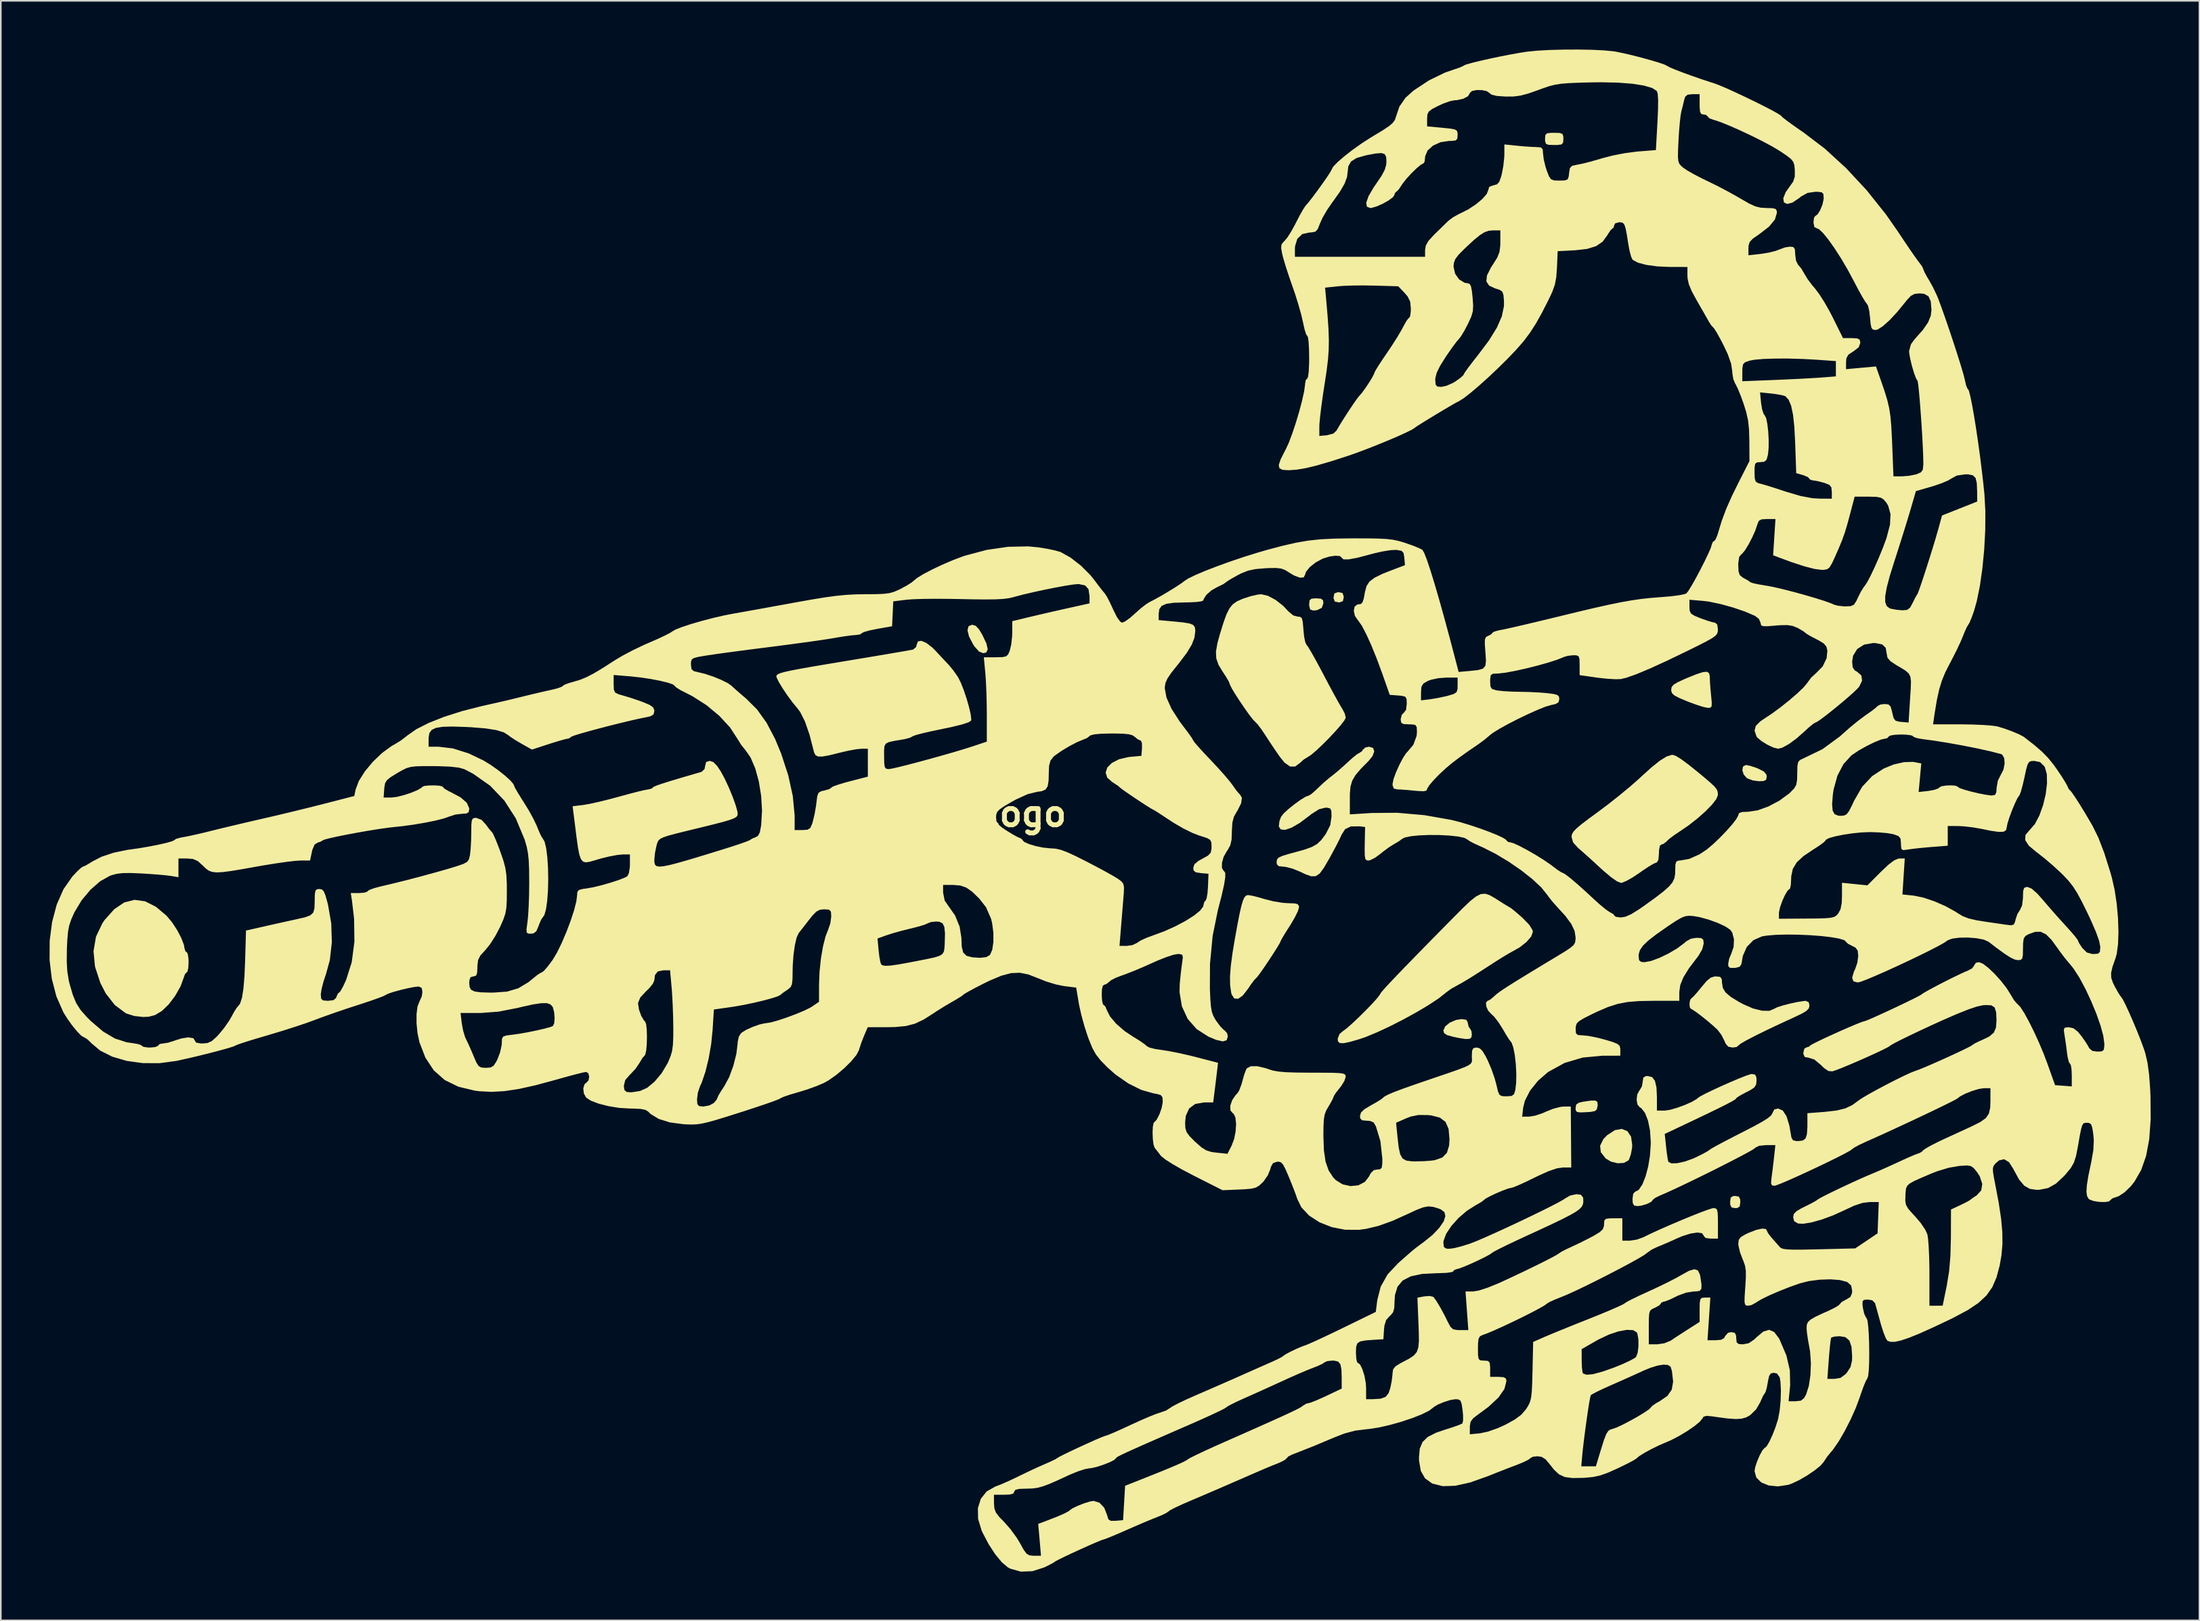
<source format=kicad_pcb>
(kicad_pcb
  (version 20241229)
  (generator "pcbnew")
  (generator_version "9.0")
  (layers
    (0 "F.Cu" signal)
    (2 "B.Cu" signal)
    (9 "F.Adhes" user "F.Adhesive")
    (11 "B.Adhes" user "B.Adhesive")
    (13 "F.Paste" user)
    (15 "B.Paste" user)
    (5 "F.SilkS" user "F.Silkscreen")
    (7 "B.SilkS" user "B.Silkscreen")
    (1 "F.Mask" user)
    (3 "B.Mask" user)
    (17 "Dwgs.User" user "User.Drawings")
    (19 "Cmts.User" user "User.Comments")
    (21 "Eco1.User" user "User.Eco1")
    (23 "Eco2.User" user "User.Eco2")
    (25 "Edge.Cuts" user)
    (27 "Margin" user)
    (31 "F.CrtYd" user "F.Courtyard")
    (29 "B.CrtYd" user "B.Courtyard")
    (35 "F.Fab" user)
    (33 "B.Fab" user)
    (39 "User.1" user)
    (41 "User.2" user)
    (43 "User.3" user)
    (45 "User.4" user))
  (footprint "logo"
    (layer "F.Cu")
    (at 60.105 47.041)
    (property "Reference" "logo" (at 0 0 0) (layer "F.SilkS") (effects (font (size 1.5 1.5) (thickness 0.3))))
    (attr board_only exclude_from_pos_files exclude_from_bom)
    (fp_poly (pts (xy 18.127 -13.239) (xy 18.248 -13.134) (xy 18.268 -12.964) (xy 18.171 -12.676) (xy 17.874 -12.532) (xy 17.632 -12.512) (xy 17.455 -12.576) (xy 17.394 -12.808) (xy 17.392 -12.888) (xy 17.417 -13.14) (xy 17.54 -13.243) (xy 17.83 -13.263)) (stroke (width 0) (type solid)) (fill yes) (layer "F.SilkS"))
    (fp_poly (pts (xy 19.445 -13.587) (xy 19.518 -13.383) (xy 19.519 -13.326) (xy 19.468 -13.088) (xy 19.264 -13.014) (xy 19.206 -13.013) (xy 18.968 -13.064) (xy 18.895 -13.268) (xy 18.894 -13.326) (xy 18.945 -13.564) (xy 19.149 -13.637) (xy 19.206 -13.638)) (stroke (width 0) (type solid)) (fill yes) (layer "F.SilkS"))
    (fp_poly (pts (xy 43.829 23.564) (xy 43.911 23.735) (xy 43.918 23.899) (xy 43.885 24.167) (xy 43.741 24.265) (xy 43.605 24.274) (xy 43.382 24.233) (xy 43.3 24.062) (xy 43.293 23.899) (xy 43.326 23.63) (xy 43.469 23.532) (xy 43.605 23.523)) (stroke (width 0) (type solid)) (fill yes) (layer "F.SilkS"))
    (fp_poly (pts (xy -3.126 -11.571) (xy -2.916 -11.347) (xy -2.715 -11.012) (xy -2.465 -10.481) (xy -2.384 -10.124) (xy -2.472 -9.93) (xy -2.659 -9.885) (xy -2.916 -9.983) (xy -3.195 -10.295) (xy -3.284 -10.43) (xy -3.535 -10.911) (xy -3.629 -11.293) (xy -3.565 -11.545) (xy -3.342 -11.636) (xy -3.34 -11.636)) (stroke (width 0) (type solid)) (fill yes) (layer "F.SilkS"))
    (fp_poly (pts (xy 32.816 -41.905) (xy 32.98 -41.843) (xy 33.029 -41.682) (xy 33.033 -41.541) (xy 33.016 -41.31) (xy 32.922 -41.201) (xy 32.682 -41.168) (xy 32.469 -41.166) (xy 32.123 -41.176) (xy 31.959 -41.239) (xy 31.91 -41.399) (xy 31.906 -41.541) (xy 31.923 -41.772) (xy 32.017 -41.881) (xy 32.257 -41.914) (xy 32.469 -41.916)) (stroke (width 0) (type solid)) (fill yes) (layer "F.SilkS"))
    (fp_poly (pts (xy 35.123 17.733) (xy 35.144 17.908) (xy 35.137 17.986) (xy 35.093 18.189) (xy 34.979 18.297) (xy 34.726 18.348) (xy 34.44 18.368) (xy 34.058 18.382) (xy 33.863 18.35) (xy 33.792 18.245) (xy 33.783 18.103) (xy 33.826 17.893) (xy 33.998 17.779) (xy 34.252 17.723) (xy 34.724 17.655) (xy 34.999 17.653)) (stroke (width 0) (type solid)) (fill yes) (layer "F.SilkS"))
    (fp_poly (pts (xy 36.971 19.535) (xy 37.195 19.87) (xy 37.269 20.385) (xy 37.256 20.585) (xy 37.183 20.971) (xy 37.077 21.269) (xy 37.037 21.333) (xy 36.76 21.49) (xy 36.369 21.512) (xy 35.951 21.407) (xy 35.629 21.21) (xy 35.336 20.831) (xy 35.292 20.433) (xy 35.495 20.023) (xy 35.727 19.782) (xy 36.203 19.474) (xy 36.629 19.397)) (stroke (width 0) (type solid)) (fill yes) (layer "F.SilkS"))
    (fp_poly (pts (xy 44.506 -2.957) (xy 44.864 -2.841) (xy 45.011 -2.784) (xy 45.365 -2.603) (xy 45.523 -2.415) (xy 45.544 -2.283) (xy 45.509 -2.097) (xy 45.356 -2.017) (xy 45.072 -2.002) (xy 44.678 -2.054) (xy 44.347 -2.18) (xy 44.321 -2.197) (xy 44.124 -2.422) (xy 44.043 -2.686) (xy 44.085 -2.908) (xy 44.255 -3.003) (xy 44.261 -3.003)) (stroke (width 0) (type solid)) (fill yes) (layer "F.SilkS"))
    (fp_poly (pts (xy 27.058 12.68) (xy 27.15 12.835) (xy 27.152 12.88) (xy 27.209 13.12) (xy 27.277 13.2) (xy 27.374 13.373) (xy 27.402 13.583) (xy 27.375 13.761) (xy 27.264 13.853) (xy 27.026 13.865) (xy 26.618 13.803) (xy 26.245 13.725) (xy 25.874 13.623) (xy 25.695 13.502) (xy 25.651 13.336) (xy 25.764 13.084) (xy 26.05 12.853) (xy 26.435 12.689) (xy 26.786 12.637)) (stroke (width 0) (type solid)) (fill yes) (layer "F.SilkS"))
    (fp_poly (pts (xy 41.999 -8.652) (xy 42.04 -8.456) (xy 42.041 -8.402) (xy 42.054 -8.081) (xy 42.088 -7.628) (xy 42.122 -7.275) (xy 42.161 -6.855) (xy 42.156 -6.626) (xy 42.089 -6.534) (xy 41.946 -6.52) (xy 41.903 -6.522) (xy 41.649 -6.575) (xy 41.242 -6.703) (xy 40.76 -6.879) (xy 40.634 -6.929) (xy 40.152 -7.132) (xy 39.861 -7.286) (xy 39.715 -7.424) (xy 39.667 -7.58) (xy 39.666 -7.633) (xy 39.695 -7.8) (xy 39.811 -7.944) (xy 40.061 -8.096) (xy 40.488 -8.292) (xy 40.635 -8.355) (xy 41.225 -8.593) (xy 41.626 -8.722) (xy 41.873 -8.741)) (stroke (width 0) (type solid)) (fill yes) (layer "F.SilkS"))
    (fp_poly (pts (xy -54.229 5.387) (xy -53.559 5.726) (xy -52.911 6.272) (xy -52.58 6.665) (xy -52.263 7.147) (xy -52.002 7.642) (xy -51.838 8.074) (xy -51.802 8.289) (xy -51.742 8.475) (xy -51.676 8.508) (xy -51.604 8.621) (xy -51.559 8.909) (xy -51.551 9.134) (xy -51.571 9.491) (xy -51.624 9.717) (xy -51.666 9.76) (xy -51.773 9.867) (xy -51.857 10.105) (xy -52.048 10.626) (xy -52.375 11.202) (xy -52.776 11.734) (xy -53.185 12.128) (xy -53.2 12.139) (xy -53.608 12.387) (xy -54.006 12.493) (xy -54.354 12.507) (xy -54.896 12.446) (xy -55.374 12.295) (xy -55.43 12.267) (xy -56.092 11.773) (xy -56.65 11.055) (xy -56.978 10.42) (xy -57.31 9.409) (xy -57.401 8.457) (xy -57.249 7.565) (xy -56.854 6.735) (xy -56.711 6.527) (xy -56.12 5.868) (xy -55.51 5.458) (xy -54.88 5.298)) (stroke (width 0) (type solid)) (fill yes) (layer "F.SilkS"))
    (fp_poly (pts (xy 13.87 5.041) (xy 14.255 5.136) (xy 14.66 5.254) (xy 15.2 5.39) (xy 15.765 5.481) (xy 16.11 5.504) (xy 16.495 5.516) (xy 16.692 5.567) (xy 16.761 5.681) (xy 16.767 5.765) (xy 16.701 5.988) (xy 16.527 6.348) (xy 16.278 6.778) (xy 16.203 6.895) (xy 15.945 7.303) (xy 15.748 7.628) (xy 15.647 7.814) (xy 15.64 7.836) (xy 15.575 7.977) (xy 15.401 8.267) (xy 15.157 8.652) (xy 14.877 9.078) (xy 14.598 9.491) (xy 14.355 9.836) (xy 14.186 10.058) (xy 14.132 10.111) (xy 14.014 10.231) (xy 13.814 10.498) (xy 13.633 10.768) (xy 13.308 11.187) (xy 13.019 11.388) (xy 12.785 11.369) (xy 12.624 11.125) (xy 12.591 10.995) (xy 12.529 10.538) (xy 12.522 10.007) (xy 12.571 9.359) (xy 12.679 8.55) (xy 12.823 7.692) (xy 12.984 6.8) (xy 13.116 6.127) (xy 13.228 5.642) (xy 13.327 5.317) (xy 13.424 5.122) (xy 13.526 5.028) (xy 13.633 5.005)) (stroke (width 0) (type solid)) (fill yes) (layer "F.SilkS"))
    (fp_poly (pts (xy 42.677 10.038) (xy 42.778 10.174) (xy 42.794 10.417) (xy 42.844 10.723) (xy 43.011 10.996) (xy 43.332 11.271) (xy 43.838 11.581) (xy 44.123 11.734) (xy 44.709 11.986) (xy 45.254 12.121) (xy 45.702 12.13) (xy 46.001 12.006) (xy 46.008 11.999) (xy 46.192 11.908) (xy 46.544 11.796) (xy 46.984 11.681) (xy 47.435 11.585) (xy 47.818 11.525) (xy 47.953 11.516) (xy 48.133 11.608) (xy 48.172 11.806) (xy 48.135 11.974) (xy 47.991 12.129) (xy 47.698 12.305) (xy 47.265 12.511) (xy 46.334 12.94) (xy 45.514 13.329) (xy 44.826 13.668) (xy 44.296 13.944) (xy 43.945 14.147) (xy 43.797 14.264) (xy 43.793 14.274) (xy 43.685 14.357) (xy 43.443 14.389) (xy 43.175 14.337) (xy 43.008 14.136) (xy 42.945 13.983) (xy 42.752 13.604) (xy 42.514 13.293) (xy 42.233 13.034) (xy 41.88 12.734) (xy 41.511 12.439) (xy 41.184 12.193) (xy 40.954 12.04) (xy 40.886 12.012) (xy 40.811 11.911) (xy 40.793 11.688) (xy 40.83 11.465) (xy 40.902 11.365) (xy 41.031 11.252) (xy 41.261 10.996) (xy 41.53 10.667) (xy 41.847 10.293) (xy 42.093 10.091) (xy 42.327 10.015) (xy 42.42 10.01)) (stroke (width 0) (type solid)) (fill yes) (layer "F.SilkS"))
    (fp_poly (pts (xy 39.958 -3.561) (xy 40.294 -3.352) (xy 40.779 -2.991) (xy 41.424 -2.469) (xy 41.603 -2.32) (xy 42.034 -1.955) (xy 42.307 -1.703) (xy 42.458 -1.521) (xy 42.524 -1.362) (xy 42.54 -1.183) (xy 42.54 -1.151) (xy 42.443 -0.907) (xy 42.176 -0.561) (xy 41.776 -0.151) (xy 41.282 0.287) (xy 40.733 0.716) (xy 40.243 1.052) (xy 39.851 1.315) (xy 39.542 1.548) (xy 39.38 1.702) (xy 39.376 1.709) (xy 39.183 1.86) (xy 39.095 1.877) (xy 38.974 1.958) (xy 38.919 2.227) (xy 38.913 2.44) (xy 38.879 2.838) (xy 38.778 2.999) (xy 38.753 3.003) (xy 38.584 3.072) (xy 38.272 3.257) (xy 37.875 3.522) (xy 37.725 3.629) (xy 37.293 3.917) (xy 36.906 4.135) (xy 36.63 4.247) (xy 36.576 4.254) (xy 36.34 4.163) (xy 35.967 3.904) (xy 35.485 3.497) (xy 35.32 3.347) (xy 34.867 2.929) (xy 34.435 2.538) (xy 34.086 2.23) (xy 33.939 2.104) (xy 33.629 1.763) (xy 33.535 1.416) (xy 33.559 1.264) (xy 33.649 1.104) (xy 33.832 0.908) (xy 34.139 0.648) (xy 34.598 0.299) (xy 35.131 -0.091) (xy 35.796 -0.59) (xy 36.495 -1.143) (xy 37.152 -1.688) (xy 37.694 -2.164) (xy 37.787 -2.252) (xy 38.448 -2.852) (xy 38.973 -3.272) (xy 39.383 -3.525) (xy 39.697 -3.625) (xy 39.754 -3.629)) (stroke (width 0) (type solid)) (fill yes) (layer "F.SilkS"))
    (fp_poly (pts (xy 28.483 5.003) (xy 28.802 5.182) (xy 29.056 5.345) (xy 29.392 5.558) (xy 29.65 5.713) (xy 29.73 5.756) (xy 29.887 5.867) (xy 30.167 6.098) (xy 30.51 6.399) (xy 30.512 6.4) (xy 30.929 6.828) (xy 31.135 7.16) (xy 31.156 7.272) (xy 31.049 7.56) (xy 30.762 7.892) (xy 30.349 8.218) (xy 29.947 8.447) (xy 29.688 8.589) (xy 29.278 8.835) (xy 28.775 9.152) (xy 28.247 9.495) (xy 27.7 9.848) (xy 27.187 10.169) (xy 26.765 10.42) (xy 26.501 10.564) (xy 26.134 10.769) (xy 25.825 10.992) (xy 25.801 11.014) (xy 25.373 11.353) (xy 24.766 11.756) (xy 24.032 12.195) (xy 23.224 12.64) (xy 22.394 13.064) (xy 21.597 13.438) (xy 20.883 13.734) (xy 20.476 13.875) (xy 19.89 14.044) (xy 19.502 14.123) (xy 19.272 14.111) (xy 19.166 14.007) (xy 19.144 13.853) (xy 19.261 13.554) (xy 19.489 13.363) (xy 19.716 13.193) (xy 20.048 12.9) (xy 20.441 12.529) (xy 20.85 12.126) (xy 21.229 11.734) (xy 21.534 11.399) (xy 21.721 11.165) (xy 21.755 11.102) (xy 21.822 10.999) (xy 21.997 10.792) (xy 22.291 10.471) (xy 22.712 10.025) (xy 23.27 9.445) (xy 23.975 8.721) (xy 24.834 7.843) (xy 25.859 6.802) (xy 26.248 6.407) (xy 26.844 5.808) (xy 27.3 5.374) (xy 27.656 5.091) (xy 27.947 4.944) (xy 28.21 4.919)) (stroke (width 0) (type solid)) (fill yes) (layer "F.SilkS"))
    (fp_poly (pts (xy 14.851 -13.419) (xy 15.325 -13.166) (xy 15.79 -12.804) (xy 16.108 -12.463) (xy 16.411 -12.21) (xy 16.676 -12.137) (xy 16.844 -12.12) (xy 16.943 -12.033) (xy 16.998 -11.818) (xy 17.033 -11.421) (xy 17.04 -11.315) (xy 17.086 -10.882) (xy 17.154 -10.554) (xy 17.226 -10.408) (xy 17.327 -10.272) (xy 17.519 -9.954) (xy 17.778 -9.493) (xy 18.083 -8.93) (xy 18.272 -8.571) (xy 18.604 -7.942) (xy 18.913 -7.368) (xy 19.173 -6.898) (xy 19.358 -6.577) (xy 19.415 -6.487) (xy 19.579 -6.178) (xy 19.644 -5.917) (xy 19.559 -5.745) (xy 19.33 -5.448) (xy 18.999 -5.071) (xy 18.61 -4.655) (xy 18.202 -4.246) (xy 17.82 -3.887) (xy 17.505 -3.62) (xy 17.303 -3.491) (xy 17.052 -3.337) (xy 16.841 -3.143) (xy 16.531 -2.909) (xy 16.218 -2.908) (xy 15.883 -3.144) (xy 15.613 -3.472) (xy 15.31 -3.907) (xy 14.962 -4.427) (xy 14.709 -4.817) (xy 14.449 -5.205) (xy 14.219 -5.508) (xy 14.069 -5.663) (xy 14.066 -5.665) (xy 13.928 -5.807) (xy 13.7 -6.102) (xy 13.42 -6.495) (xy 13.125 -6.93) (xy 12.852 -7.352) (xy 12.639 -7.704) (xy 12.523 -7.933) (xy 12.512 -7.977) (xy 12.446 -8.141) (xy 12.273 -8.439) (xy 12.074 -8.742) (xy 11.815 -9.168) (xy 11.678 -9.557) (xy 11.657 -9.979) (xy 11.748 -10.504) (xy 11.894 -11.035) (xy 12.117 -11.758) (xy 12.306 -12.281) (xy 12.49 -12.646) (xy 12.694 -12.897) (xy 12.947 -13.075) (xy 13.277 -13.223) (xy 13.323 -13.24) (xy 13.783 -13.391) (xy 14.217 -13.49) (xy 14.444 -13.513)) (stroke (width 0) (type solid)) (fill yes) (layer "F.SilkS"))
    (fp_poly (pts (xy 34.774 -47.026) (xy 35.515 -46.991) (xy 36.091 -46.937) (xy 36.231 -46.916) (xy 36.702 -46.821) (xy 37.257 -46.692) (xy 37.843 -46.542) (xy 38.404 -46.387) (xy 38.889 -46.242) (xy 39.242 -46.122) (xy 39.41 -46.041) (xy 39.415 -46.036) (xy 39.554 -45.957) (xy 39.882 -45.818) (xy 40.347 -45.638) (xy 40.9 -45.436) (xy 41.492 -45.229) (xy 42.071 -45.038) (xy 42.297 -44.966) (xy 42.611 -44.85) (xy 43.065 -44.657) (xy 43.613 -44.409) (xy 44.212 -44.128) (xy 44.817 -43.835) (xy 45.385 -43.551) (xy 45.871 -43.299) (xy 46.23 -43.099) (xy 46.42 -42.973) (xy 46.437 -42.952) (xy 46.553 -42.841) (xy 46.836 -42.623) (xy 47.246 -42.327) (xy 47.74 -41.984) (xy 47.797 -41.946) (xy 49.116 -40.943) (xy 50.431 -39.738) (xy 51.699 -38.374) (xy 52.878 -36.896) (xy 53.566 -35.91) (xy 53.963 -35.314) (xy 54.33 -34.771) (xy 54.638 -34.326) (xy 54.856 -34.023) (xy 54.93 -33.929) (xy 55.107 -33.687) (xy 55.179 -33.52) (xy 55.242 -33.354) (xy 55.4 -33.061) (xy 55.514 -32.874) (xy 55.768 -32.42) (xy 56.014 -31.904) (xy 56.09 -31.719) (xy 56.296 -31.167) (xy 56.532 -30.499) (xy 56.784 -29.764) (xy 57.036 -29.008) (xy 57.272 -28.28) (xy 57.476 -27.628) (xy 57.633 -27.1) (xy 57.726 -26.744) (xy 57.741 -26.672) (xy 57.815 -26.352) (xy 57.895 -26.168) (xy 57.922 -26.151) (xy 57.985 -26.032) (xy 58.071 -25.699) (xy 58.176 -25.187) (xy 58.293 -24.529) (xy 58.417 -23.761) (xy 58.543 -22.915) (xy 58.665 -22.028) (xy 58.778 -21.134) (xy 58.877 -20.266) (xy 58.94 -19.644) (xy 58.995 -18.621) (xy 58.989 -17.484) (xy 58.927 -16.297) (xy 58.815 -15.122) (xy 58.658 -14.023) (xy 58.462 -13.063) (xy 58.294 -12.473) (xy 58.148 -12.067) (xy 58.02 -11.764) (xy 57.945 -11.637) (xy 57.855 -11.492) (xy 57.718 -11.19) (xy 57.623 -10.948) (xy 57.455 -10.551) (xy 57.207 -10.027) (xy 56.922 -9.466) (xy 56.806 -9.249) (xy 56.531 -8.708) (xy 56.32 -8.195) (xy 56.152 -7.644) (xy 56.01 -6.991) (xy 55.874 -6.171) (xy 55.836 -5.912) (xy 55.778 -5.505) (xy 57.512 -5.505) (xy 58.194 -5.495) (xy 58.829 -5.469) (xy 59.355 -5.431) (xy 59.706 -5.384) (xy 59.746 -5.374) (xy 60.182 -5.241) (xy 60.655 -5.068) (xy 61.075 -4.889) (xy 61.354 -4.74) (xy 61.373 -4.726) (xy 62.003 -4.236) (xy 62.479 -3.825) (xy 62.86 -3.435) (xy 63.201 -3.01) (xy 63.407 -2.722) (xy 63.696 -2.292) (xy 63.919 -1.934) (xy 64.046 -1.701) (xy 64.063 -1.648) (xy 64.149 -1.491) (xy 64.169 -1.481) (xy 64.285 -1.355) (xy 64.498 -1.052) (xy 64.782 -0.612) (xy 65.112 -0.074) (xy 65.463 0.521) (xy 65.597 0.755) (xy 65.954 1.481) (xy 66.308 2.404) (xy 66.668 3.546) (xy 66.781 3.941) (xy 66.952 4.7) (xy 67.078 5.548) (xy 67.157 6.425) (xy 67.185 7.271) (xy 67.159 8.026) (xy 67.077 8.632) (xy 67.006 8.884) (xy 66.82 9.414) (xy 66.732 9.791) (xy 66.74 10.094) (xy 66.843 10.398) (xy 66.954 10.623) (xy 67.142 10.964) (xy 67.293 11.204) (xy 67.346 11.268) (xy 67.452 11.425) (xy 67.625 11.765) (xy 67.844 12.237) (xy 68.086 12.791) (xy 68.33 13.375) (xy 68.554 13.94) (xy 68.736 14.433) (xy 68.834 14.73) (xy 68.97 15.313) (xy 69.069 16.037) (xy 69.136 16.947) (xy 69.155 17.368) (xy 69.167 18.801) (xy 69.079 20.024) (xy 68.886 21.058) (xy 68.583 21.926) (xy 68.166 22.649) (xy 67.935 22.938) (xy 67.563 23.298) (xy 67.207 23.534) (xy 67.064 23.586) (xy 66.802 23.677) (xy 66.691 23.782) (xy 66.691 23.783) (xy 66.583 23.868) (xy 66.315 23.901) (xy 65.972 23.887) (xy 65.637 23.831) (xy 65.394 23.738) (xy 65.356 23.707) (xy 65.254 23.536) (xy 65.215 23.265) (xy 65.241 22.858) (xy 65.334 22.282) (xy 65.497 21.502) (xy 65.507 21.459) (xy 65.64 20.706) (xy 65.667 20.074) (xy 65.638 19.738) (xy 65.576 19.331) (xy 65.5 19.114) (xy 65.381 19.03) (xy 65.253 19.019) (xy 65.121 19.024) (xy 65.026 19.066) (xy 64.952 19.187) (xy 64.882 19.426) (xy 64.803 19.825) (xy 64.698 20.425) (xy 64.682 20.517) (xy 64.572 21.074) (xy 64.441 21.476) (xy 64.246 21.814) (xy 63.941 22.183) (xy 63.827 22.309) (xy 63.332 22.771) (xy 62.857 23.037) (xy 62.332 23.142) (xy 62.151 23.148) (xy 61.734 23.089) (xy 61.388 22.891) (xy 61.074 22.519) (xy 60.754 21.939) (xy 60.718 21.863) (xy 60.447 21.441) (xy 60.152 21.264) (xy 59.839 21.334) (xy 59.621 21.521) (xy 59.513 21.658) (xy 59.461 21.809) (xy 59.465 22.035) (xy 59.522 22.397) (xy 59.602 22.804) (xy 59.821 23.964) (xy 59.966 24.933) (xy 60.04 25.759) (xy 60.047 26.49) (xy 59.987 27.174) (xy 59.878 27.798) (xy 59.684 28.53) (xy 59.424 29.136) (xy 59.062 29.651) (xy 58.567 30.112) (xy 57.904 30.555) (xy 57.04 31.016) (xy 56.806 31.13) (xy 55.784 31.614) (xy 54.958 31.986) (xy 54.304 32.252) (xy 53.801 32.422) (xy 53.424 32.503) (xy 53.151 32.502) (xy 52.967 32.434) (xy 52.867 32.276) (xy 52.732 31.939) (xy 52.587 31.488) (xy 52.546 31.341) (xy 52.411 30.848) (xy 52.295 30.43) (xy 52.22 30.16) (xy 52.21 30.123) (xy 52.036 29.945) (xy 51.77 29.904) (xy 51.534 29.919) (xy 51.438 30.007) (xy 51.439 30.24) (xy 51.462 30.423) (xy 51.54 30.769) (xy 51.649 31.002) (xy 51.684 31.036) (xy 51.742 31.19) (xy 51.788 31.54) (xy 51.822 32.028) (xy 51.844 32.599) (xy 51.851 33.198) (xy 51.845 33.77) (xy 51.823 34.258) (xy 51.785 34.607) (xy 51.733 34.76) (xy 51.642 34.912) (xy 51.504 35.243) (xy 51.342 35.694) (xy 51.27 35.91) (xy 51.026 36.568) (xy 50.704 37.286) (xy 50.341 37.997) (xy 49.971 38.634) (xy 49.629 39.13) (xy 49.497 39.286) (xy 49.245 39.595) (xy 49.06 39.882) (xy 48.855 40.122) (xy 48.488 40.42) (xy 48.025 40.734) (xy 47.533 41.019) (xy 47.077 41.233) (xy 46.861 41.307) (xy 46.231 41.401) (xy 45.667 41.345) (xy 45.21 41.159) (xy 44.905 40.858) (xy 44.794 40.462) (xy 44.841 40.196) (xy 44.96 39.843) (xy 45.116 39.482) (xy 45.275 39.189) (xy 45.403 39.043) (xy 45.422 39.038) (xy 45.542 38.929) (xy 45.711 38.64) (xy 45.9 38.232) (xy 46.083 37.762) (xy 46.233 37.291) (xy 46.243 37.255) (xy 46.34 36.739) (xy 46.399 36.121) (xy 46.417 35.495) (xy 46.388 34.955) (xy 46.342 34.69) (xy 46.177 34.454) (xy 45.982 34.409) (xy 45.803 34.445) (xy 45.696 34.594) (xy 45.622 34.919) (xy 45.609 35.003) (xy 45.54 35.364) (xy 45.464 35.609) (xy 45.43 35.66) (xy 45.332 35.807) (xy 45.196 36.099) (xy 45.146 36.223) (xy 44.887 36.665) (xy 44.529 37.014) (xy 44.282 37.154) (xy 44.002 37.233) (xy 43.639 37.256) (xy 43.146 37.222) (xy 42.473 37.134) (xy 42.199 37.092) (xy 41.845 37.059) (xy 41.661 37.109) (xy 41.589 37.217) (xy 41.426 37.42) (xy 41.095 37.693) (xy 40.652 37.998) (xy 40.154 38.297) (xy 39.66 38.554) (xy 39.392 38.67) (xy 38.931 38.868) (xy 38.45 39.104) (xy 38.014 39.342) (xy 37.685 39.548) (xy 37.532 39.68) (xy 37.396 39.773) (xy 37.085 39.942) (xy 36.651 40.158) (xy 36.343 40.305) (xy 35.756 40.566) (xy 35.292 40.73) (xy 34.855 40.823) (xy 34.351 40.871) (xy 34.221 40.878) (xy 33.579 40.887) (xy 33.114 40.823) (xy 32.76 40.657) (xy 32.447 40.364) (xy 32.292 40.165) (xy 34.135 40.165) (xy 34.584 40.165) (xy 35.032 40.165) (xy 35.371 39.049) (xy 35.539 38.52) (xy 35.669 38.185) (xy 35.79 37.994) (xy 35.93 37.899) (xy 36.061 37.863) (xy 36.309 37.777) (xy 36.679 37.604) (xy 37.115 37.377) (xy 37.563 37.128) (xy 37.964 36.887) (xy 38.265 36.687) (xy 38.408 36.557) (xy 38.413 36.542) (xy 38.514 36.433) (xy 38.772 36.261) (xy 38.968 36.151) (xy 39.434 35.831) (xy 39.7 35.446) (xy 39.786 34.95) (xy 39.711 34.299) (xy 39.628 34.035) (xy 39.465 33.927) (xy 39.191 33.908) (xy 38.844 33.962) (xy 38.385 34.102) (xy 37.987 34.266) (xy 37.53 34.476) (xy 36.939 34.742) (xy 36.31 35.021) (xy 36.003 35.156) (xy 35.495 35.384) (xy 35.078 35.584) (xy 34.802 35.731) (xy 34.718 35.791) (xy 34.677 35.951) (xy 34.613 36.307) (xy 34.535 36.807) (xy 34.45 37.396) (xy 34.365 38.023) (xy 34.287 38.636) (xy 34.224 39.181) (xy 34.192 39.508) (xy 34.135 40.165) (xy 32.292 40.165) (xy 32.223 40.077) (xy 31.947 39.745) (xy 31.701 39.586) (xy 31.448 39.547) (xy 31.161 39.575) (xy 31.012 39.655) (xy 31.01 39.66) (xy 30.879 39.761) (xy 30.577 39.911) (xy 30.167 40.078) (xy 30.155 40.082) (xy 29.618 40.286) (xy 28.986 40.533) (xy 28.391 40.771) (xy 28.376 40.777) (xy 27.298 41.16) (xy 26.382 41.363) (xy 25.618 41.388) (xy 24.995 41.234) (xy 24.944 41.211) (xy 24.519 40.903) (xy 24.26 40.447) (xy 24.153 39.815) (xy 24.149 39.617) (xy 24.197 39.081) (xy 24.364 38.675) (xy 24.685 38.36) (xy 25.194 38.1) (xy 25.734 37.915) (xy 26.202 37.766) (xy 26.577 37.634) (xy 26.795 37.543) (xy 26.818 37.528) (xy 26.861 37.365) (xy 26.862 37.037) (xy 26.835 36.738) (xy 26.777 36.339) (xy 26.705 36.13) (xy 26.581 36.049) (xy 26.391 36.035) (xy 26.084 36.084) (xy 25.694 36.206) (xy 25.319 36.361) (xy 25.062 36.514) (xy 25.025 36.55) (xy 24.768 36.745) (xy 24.32 36.967) (xy 23.734 37.198) (xy 23.064 37.422) (xy 22.364 37.619) (xy 21.689 37.774) (xy 21.092 37.867) (xy 20.958 37.879) (xy 20.228 37.969) (xy 19.556 38.147) (xy 18.956 38.381) (xy 17.708 38.906) (xy 16.596 39.346) (xy 16.36 39.435) (xy 16.114 39.557) (xy 16.016 39.663) (xy 15.91 39.764) (xy 15.643 39.906) (xy 15.484 39.974) (xy 15.208 40.084) (xy 14.946 40.191) (xy 14.653 40.314) (xy 14.286 40.472) (xy 13.799 40.683) (xy 13.149 40.967) (xy 12.763 41.135) (xy 12.048 41.446) (xy 11.26 41.785) (xy 10.513 42.105) (xy 10.072 42.292) (xy 9.556 42.517) (xy 9.129 42.716) (xy 8.843 42.866) (xy 8.75 42.933) (xy 8.6 43.04) (xy 8.294 43.187) (xy 8.061 43.281) (xy 7.686 43.431) (xy 7.162 43.65) (xy 6.567 43.906) (xy 6.144 44.092) (xy 5.618 44.322) (xy 5.174 44.508) (xy 4.865 44.631) (xy 4.742 44.669) (xy 4.592 44.719) (xy 4.27 44.852) (xy 3.831 45.044) (xy 3.33 45.269) (xy 2.82 45.503) (xy 2.355 45.722) (xy 1.991 45.9) (xy 1.78 46.013) (xy 1.752 46.034) (xy 1.611 46.125) (xy 1.319 46.279) (xy 1.091 46.389) (xy 0.366 46.621) (xy -0.349 46.647) (xy -0.996 46.467) (xy -1.138 46.391) (xy -1.514 46.076) (xy -1.926 45.576) (xy -2.336 44.946) (xy -2.705 44.24) (xy -2.76 44.119) (xy -2.977 43.403) (xy -2.989 42.739) (xy -2.808 42.163) (xy -2.612 41.916) (xy -2.002 41.916) (xy -1.999 42.448) (xy -1.975 42.762) (xy -1.879 43.015) (xy -1.67 43.288) (xy -1.392 43.571) (xy -0.992 44.024) (xy -0.6 44.563) (xy -0.387 44.916) (xy -0.163 45.318) (xy 0.007 45.544) (xy 0.179 45.645) (xy 0.407 45.67) (xy 0.454 45.67) (xy 0.893 45.67) (xy 0.808 44.69) (xy 0.722 43.71) (xy 1.143 43.552) (xy 1.84 43.282) (xy 2.326 43.073) (xy 2.59 42.932) (xy 2.631 42.896) (xy 2.815 42.761) (xy 3.151 42.598) (xy 3.548 42.442) (xy 3.916 42.329) (xy 4.133 42.294) (xy 4.492 42.407) (xy 4.785 42.718) (xy 4.963 43.176) (xy 4.964 43.181) (xy 5.039 43.429) (xy 5.186 43.522) (xy 5.491 43.518) (xy 5.943 43.48) (xy 6.006 42.422) (xy 6.068 41.364) (xy 7.132 40.943) (xy 8.062 40.572) (xy 8.778 40.28) (xy 9.304 40.056) (xy 9.661 39.892) (xy 9.871 39.777) (xy 9.933 39.731) (xy 10.09 39.639) (xy 10.435 39.467) (xy 10.927 39.234) (xy 11.526 38.96) (xy 12.012 38.743) (xy 13.212 38.213) (xy 14.203 37.773) (xy 15.005 37.415) (xy 15.639 37.129) (xy 16.123 36.906) (xy 16.479 36.737) (xy 16.727 36.613) (xy 16.887 36.523) (xy 16.978 36.459) (xy 16.994 36.445) (xy 17.222 36.307) (xy 17.326 36.286) (xy 17.509 36.235) (xy 17.853 36.099) (xy 18.293 35.904) (xy 18.443 35.834) (xy 19.394 35.382) (xy 19.394 34.718) (xy 19.378 34.198) (xy 19.312 33.88) (xy 19.172 33.716) (xy 18.931 33.661) (xy 18.825 33.658) (xy 18.522 33.687) (xy 18.347 33.758) (xy 18.342 33.765) (xy 18.194 33.865) (xy 17.891 34.004) (xy 17.678 34.086) (xy 17.314 34.228) (xy 16.801 34.445) (xy 16.213 34.704) (xy 15.766 34.908) (xy 15.097 35.214) (xy 14.375 35.541) (xy 13.708 35.84) (xy 13.388 35.982) (xy 12.92 36.195) (xy 12.548 36.379) (xy 12.326 36.507) (xy 12.287 36.542) (xy 12.166 36.618) (xy 11.851 36.776) (xy 11.377 36.999) (xy 10.781 37.27) (xy 10.099 37.572) (xy 10.035 37.599) (xy 8.887 38.1) (xy 7.948 38.51) (xy 7.198 38.84) (xy 6.617 39.099) (xy 6.182 39.296) (xy 5.875 39.44) (xy 5.675 39.541) (xy 5.56 39.609) (xy 5.512 39.652) (xy 5.505 39.67) (xy 5.397 39.774) (xy 5.119 39.915) (xy 4.747 40.063) (xy 4.354 40.193) (xy 4.012 40.275) (xy 3.864 40.29) (xy 3.581 40.342) (xy 3.159 40.48) (xy 2.68 40.677) (xy 2.598 40.714) (xy 1.906 41.034) (xy 1.387 41.259) (xy 0.99 41.406) (xy 0.664 41.491) (xy 0.359 41.531) (xy 0.023 41.541) (xy -0.004 41.541) (xy -0.439 41.555) (xy -0.671 41.607) (xy -0.749 41.707) (xy -0.751 41.729) (xy -0.818 41.847) (xy -1.05 41.904) (xy -1.376 41.916) (xy -2.002 41.916) (xy -2.612 41.916) (xy -2.445 41.708) (xy -1.912 41.409) (xy -1.89 41.402) (xy -1.561 41.275) (xy -1.099 41.073) (xy -0.595 40.835) (xy -0.5 40.788) (xy 0.05 40.521) (xy 0.62 40.255) (xy 1.094 40.044) (xy 1.126 40.03) (xy 1.504 39.864) (xy 1.779 39.729) (xy 1.877 39.667) (xy 2.015 39.583) (xy 2.329 39.423) (xy 2.762 39.214) (xy 3.262 38.98) (xy 3.774 38.745) (xy 4.242 38.536) (xy 4.614 38.378) (xy 4.835 38.294) (xy 4.866 38.288) (xy 5.019 38.237) (xy 5.35 38.099) (xy 5.813 37.894) (xy 6.36 37.641) (xy 6.423 37.612) (xy 7.009 37.344) (xy 7.546 37.112) (xy 7.978 36.94) (xy 8.245 36.852) (xy 8.249 36.851) (xy 8.585 36.733) (xy 8.817 36.585) (xy 8.999 36.466) (xy 9.36 36.278) (xy 9.847 36.047) (xy 10.41 35.797) (xy 10.411 35.796) (xy 11.137 35.482) (xy 11.948 35.128) (xy 12.724 34.787) (xy 13.138 34.603) (xy 13.739 34.336) (xy 14.326 34.076) (xy 14.821 33.858) (xy 15.077 33.745) (xy 15.436 33.58) (xy 15.691 33.447) (xy 15.766 33.395) (xy 15.927 33.28) (xy 16.149 33.16) (xy 20.27 33.16) (xy 20.288 33.516) (xy 20.335 33.742) (xy 20.372 33.783) (xy 20.52 33.896) (xy 20.668 34.191) (xy 20.795 34.597) (xy 20.877 35.049) (xy 20.896 35.352) (xy 20.896 36.035) (xy 21.302 36.034) (xy 21.793 36.003) (xy 22.098 35.89) (xy 22.282 35.656) (xy 22.385 35.343) (xy 22.472 34.913) (xy 22.519 34.517) (xy 22.522 34.433) (xy 22.558 34.194) (xy 22.703 34.011) (xy 23.013 33.818) (xy 23.107 33.769) (xy 23.528 33.548) (xy 23.822 33.354) (xy 24.008 33.138) (xy 24.109 32.85) (xy 24.145 32.442) (xy 24.136 31.864) (xy 24.118 31.392) (xy 24.053 29.785) (xy 24.486 29.704) (xy 24.808 29.681) (xy 25.025 29.732) (xy 25.039 29.744) (xy 25.213 29.976) (xy 25.452 30.372) (xy 25.72 30.867) (xy 25.909 31.25) (xy 26.082 31.575) (xy 26.251 31.731) (xy 26.504 31.778) (xy 26.674 31.781) (xy 27.186 31.781) (xy 27.099 30.593) (xy 27.012 29.404) (xy 27.475 29.404) (xy 27.839 29.343) (xy 28.372 29.172) (xy 29.028 28.904) (xy 29.203 28.826) (xy 29.94 28.484) (xy 30.664 28.141) (xy 31.336 27.814) (xy 31.921 27.523) (xy 32.382 27.284) (xy 32.682 27.117) (xy 32.781 27.046) (xy 32.922 26.953) (xy 33.221 26.799) (xy 33.533 26.655) (xy 34.062 26.406) (xy 34.628 26.12) (xy 34.878 25.987) (xy 35.255 25.762) (xy 35.455 25.578) (xy 35.529 25.378) (xy 35.535 25.263) (xy 35.552 25.039) (xy 35.65 24.933) (xy 35.895 24.901) (xy 36.098 24.9) (xy 36.661 24.9) (xy 36.661 25.588) (xy 36.661 26.276) (xy 37.105 26.276) (xy 37.539 26.214) (xy 37.95 26.068) (xy 38.381 25.856) (xy 38.931 25.603) (xy 39.556 25.328) (xy 40.207 25.05) (xy 40.841 24.788) (xy 41.411 24.561) (xy 41.871 24.389) (xy 42.174 24.29) (xy 42.26 24.274) (xy 42.404 24.29) (xy 42.488 24.373) (xy 42.528 24.575) (xy 42.541 24.95) (xy 42.542 25.212) (xy 42.542 26.151) (xy 42.104 26.151) (xy 41.78 26.11) (xy 41.667 25.98) (xy 41.666 25.963) (xy 41.561 25.816) (xy 41.277 25.776) (xy 40.857 25.839) (xy 40.346 25.999) (xy 40.01 26.142) (xy 39.538 26.356) (xy 39.091 26.549) (xy 38.804 26.664) (xy 38.456 26.831) (xy 38.188 27.024) (xy 38.179 27.033) (xy 37.992 27.169) (xy 37.62 27.39) (xy 37.103 27.677) (xy 36.483 28.009) (xy 35.801 28.363) (xy 35.096 28.721) (xy 34.411 29.06) (xy 33.785 29.359) (xy 33.261 29.598) (xy 32.908 29.744) (xy 32.494 29.909) (xy 32.18 30.052) (xy 32.033 30.142) (xy 32.033 30.143) (xy 31.88 30.257) (xy 31.546 30.45) (xy 31.076 30.699) (xy 30.517 30.981) (xy 29.915 31.274) (xy 29.318 31.555) (xy 28.771 31.801) (xy 28.321 31.99) (xy 28.059 32.085) (xy 27.9 32.163) (xy 27.815 32.313) (xy 27.782 32.6) (xy 27.777 32.916) (xy 27.782 33.328) (xy 27.818 33.55) (xy 27.913 33.64) (xy 28.099 33.658) (xy 28.153 33.658) (xy 28.393 33.678) (xy 28.5 33.785) (xy 28.527 34.051) (xy 28.528 34.159) (xy 28.528 34.659) (xy 29.029 34.659) (xy 29.355 34.68) (xy 29.5 34.764) (xy 29.529 34.916) (xy 29.406 35.404) (xy 29.037 35.934) (xy 28.422 36.507) (xy 27.808 36.96) (xy 27.483 37.207) (xy 27.324 37.424) (xy 27.278 37.694) (xy 27.277 37.758) (xy 27.277 38.194) (xy 27.902 38.134) (xy 28.401 38.028) (xy 29.014 37.81) (xy 29.476 37.599) (xy 30.044 37.286) (xy 30.436 36.995) (xy 30.716 36.675) (xy 30.76 36.611) (xy 30.892 36.394) (xy 30.985 36.185) (xy 31.047 35.933) (xy 31.087 35.588) (xy 31.112 35.1) (xy 31.131 34.419) (xy 31.134 34.304) (xy 31.164 32.952) (xy 34.159 32.952) (xy 34.159 33.66) (xy 34.172 34.061) (xy 34.208 34.353) (xy 34.242 34.451) (xy 34.468 34.531) (xy 34.875 34.49) (xy 35.475 34.326) (xy 36.161 34.082) (xy 36.679 33.871) (xy 37.117 33.669) (xy 37.416 33.504) (xy 37.506 33.432) (xy 37.603 33.175) (xy 37.652 32.78) (xy 37.649 32.358) (xy 37.591 32.015) (xy 37.549 31.921) (xy 37.322 31.783) (xy 36.929 31.767) (xy 36.415 31.862) (xy 35.828 32.059) (xy 35.214 32.35) (xy 35.111 32.407) (xy 34.159 32.952) (xy 31.164 32.952) (xy 31.174 32.51) (xy 31.841 32.215) (xy 32.18 32.071) (xy 32.697 31.857) (xy 33.34 31.596) (xy 34.054 31.308) (xy 34.616 31.085) (xy 35.294 30.812) (xy 35.889 30.564) (xy 36.363 30.357) (xy 36.678 30.21) (xy 36.793 30.14) (xy 36.929 30.049) (xy 37.246 29.882) (xy 37.7 29.663) (xy 38.242 29.414) (xy 38.261 29.405) (xy 38.875 29.121) (xy 39.47 28.831) (xy 39.972 28.572) (xy 40.27 28.403) (xy 40.76 28.133) (xy 41.096 28.034) (xy 41.309 28.108) (xy 41.432 28.358) (xy 41.461 28.497) (xy 41.529 28.961) (xy 41.526 29.232) (xy 41.428 29.362) (xy 41.211 29.401) (xy 41.047 29.404) (xy 40.593 29.474) (xy 40.087 29.656) (xy 39.965 29.717) (xy 39.601 29.894) (xy 39.311 30.008) (xy 39.207 30.03) (xy 39.053 30.095) (xy 39.038 30.14) (xy 38.935 30.258) (xy 38.684 30.396) (xy 38.663 30.405) (xy 38.48 30.489) (xy 38.369 30.594) (xy 38.312 30.777) (xy 38.291 31.095) (xy 38.288 31.605) (xy 38.288 31.609) (xy 38.288 32.657) (xy 38.793 32.657) (xy 39.234 32.595) (xy 39.616 32.441) (xy 39.638 32.427) (xy 39.923 32.237) (xy 40.325 31.976) (xy 40.696 31.737) (xy 41.416 31.278) (xy 41.416 30.529) (xy 41.422 30.113) (xy 41.458 29.889) (xy 41.549 29.798) (xy 41.721 29.779) (xy 41.746 29.779) (xy 42.076 29.779) (xy 41.988 31.093) (xy 41.9 32.407) (xy 42.4 32.407) (xy 42.751 32.376) (xy 42.93 32.263) (xy 42.98 32.157) (xy 43.164 31.946) (xy 43.364 31.906) (xy 43.582 31.949) (xy 43.661 32.125) (xy 43.668 32.282) (xy 43.695 32.539) (xy 43.827 32.641) (xy 44.081 32.657) (xy 44.433 32.591) (xy 44.771 32.363) (xy 44.919 32.219) (xy 45.335 31.872) (xy 45.691 31.764) (xy 46.003 31.899) (xy 46.29 32.277) (xy 46.345 32.381) (xy 46.757 33.349) (xy 46.966 34.254) (xy 46.986 35.16) (xy 46.975 35.281) (xy 46.889 36.161) (xy 47.329 36.161) (xy 47.647 36.124) (xy 47.842 35.967) (xy 47.968 35.74) (xy 48.134 35.218) (xy 48.199 34.784) (xy 49.275 34.784) (xy 49.714 34.784) (xy 50.084 34.723) (xy 50.387 34.499) (xy 50.476 34.399) (xy 50.698 34.057) (xy 50.79 33.663) (xy 50.8 33.404) (xy 50.76 32.809) (xy 50.628 32.422) (xy 50.385 32.215) (xy 50.037 32.157) (xy 49.717 32.179) (xy 49.524 32.235) (xy 49.509 32.25) (xy 49.476 32.409) (xy 49.435 32.757) (xy 49.39 33.237) (xy 49.364 33.564) (xy 49.275 34.784) (xy 48.199 34.784) (xy 48.234 34.544) (xy 48.262 33.808) (xy 48.212 33.102) (xy 48.168 32.845) (xy 48.079 32.362) (xy 48.016 31.911) (xy 47.998 31.681) (xy 48.007 31.465) (xy 48.074 31.293) (xy 48.239 31.136) (xy 48.539 30.962) (xy 49.013 30.739) (xy 49.33 30.599) (xy 49.704 30.418) (xy 49.964 30.262) (xy 50.049 30.172) (xy 50.153 30.052) (xy 50.404 29.913) (xy 50.425 29.904) (xy 50.697 29.739) (xy 50.793 29.492) (xy 50.799 29.357) (xy 50.738 29.034) (xy 50.514 28.835) (xy 50.461 28.81) (xy 50.041 28.699) (xy 49.461 28.656) (xy 48.802 28.678) (xy 48.144 28.763) (xy 47.599 28.899) (xy 46.959 29.126) (xy 46.316 29.38) (xy 45.727 29.634) (xy 45.25 29.865) (xy 44.941 30.048) (xy 44.901 30.079) (xy 44.61 30.239) (xy 44.402 30.28) (xy 44.28 30.268) (xy 44.208 30.2) (xy 44.178 30.03) (xy 44.185 29.709) (xy 44.22 29.192) (xy 44.225 29.122) (xy 44.26 28.542) (xy 44.258 28.134) (xy 44.211 27.822) (xy 44.111 27.53) (xy 44.055 27.402) (xy 43.899 26.984) (xy 43.807 26.589) (xy 43.796 26.463) (xy 43.823 26.227) (xy 43.948 26.057) (xy 44.226 25.891) (xy 44.405 25.806) (xy 44.887 25.617) (xy 45.264 25.533) (xy 45.494 25.559) (xy 45.545 25.645) (xy 45.622 25.808) (xy 45.812 26.059) (xy 45.86 26.114) (xy 46.118 26.404) (xy 46.327 26.645) (xy 46.342 26.664) (xy 46.43 26.735) (xy 46.581 26.786) (xy 46.83 26.816) (xy 47.212 26.83) (xy 47.764 26.828) (xy 48.521 26.813) (xy 48.748 26.808) (xy 50.988 26.752) (xy 51.676 26.289) (xy 52.364 25.826) (xy 52.401 24.862) (xy 52.437 23.899) (xy 51.878 23.899) (xy 51.442 23.951) (xy 50.926 24.121) (xy 50.34 24.394) (xy 49.643 24.712) (xy 48.95 24.969) (xy 48.315 25.149) (xy 47.794 25.235) (xy 47.472 25.22) (xy 47.23 25.076) (xy 47.171 24.833) (xy 47.212 24.637) (xy 47.368 24.468) (xy 47.687 24.279) (xy 47.891 24.179) (xy 48.275 23.987) (xy 48.561 23.829) (xy 48.569 23.824) (xy 54.069 23.824) (xy 54.112 24.071) (xy 54.244 24.304) (xy 54.5 24.598) (xy 54.672 24.78) (xy 55.022 25.191) (xy 55.296 25.599) (xy 55.428 25.888) (xy 55.472 26.169) (xy 55.509 26.645) (xy 55.537 27.258) (xy 55.552 27.953) (xy 55.554 28.309) (xy 55.555 30.28) (xy 55.961 30.28) (xy 56.368 30.279) (xy 56.618 29.06) (xy 56.764 28.173) (xy 56.847 27.2) (xy 56.875 26.099) (xy 56.881 24.358) (xy 57.438 24.097) (xy 57.774 23.933) (xy 58.005 23.807) (xy 58.057 23.771) (xy 58.197 23.663) (xy 58.451 23.494) (xy 58.464 23.486) (xy 58.742 23.182) (xy 58.805 22.782) (xy 58.652 22.319) (xy 58.477 22.049) (xy 58.283 21.811) (xy 58.11 21.687) (xy 57.875 21.649) (xy 57.492 21.669) (xy 57.382 21.678) (xy 56.754 21.786) (xy 56.043 21.999) (xy 55.68 22.141) (xy 55.056 22.407) (xy 54.624 22.601) (xy 54.348 22.754) (xy 54.191 22.895) (xy 54.117 23.057) (xy 54.09 23.268) (xy 54.078 23.482) (xy 54.069 23.824) (xy 48.569 23.824) (xy 48.678 23.746) (xy 48.813 23.661) (xy 49.128 23.496) (xy 49.575 23.275) (xy 50.105 23.02) (xy 50.671 22.756) (xy 51.223 22.503) (xy 51.715 22.286) (xy 52.051 22.145) (xy 52.423 21.988) (xy 52.931 21.763) (xy 53.489 21.509) (xy 53.706 21.408) (xy 54.189 21.187) (xy 54.59 21.014) (xy 54.853 20.912) (xy 54.92 20.896) (xy 55.089 20.803) (xy 55.142 20.737) (xy 55.292 20.622) (xy 55.618 20.434) (xy 56.068 20.205) (xy 56.431 20.033) (xy 56.995 19.773) (xy 57.535 19.525) (xy 57.972 19.324) (xy 58.144 19.245) (xy 58.681 18.976) (xy 59.024 18.731) (xy 59.214 18.453) (xy 59.295 18.084) (xy 59.308 17.696) (xy 59.308 16.892) (xy 58.894 16.892) (xy 58.579 16.941) (xy 58.169 17.067) (xy 57.755 17.232) (xy 57.431 17.403) (xy 57.306 17.505) (xy 57.173 17.586) (xy 56.847 17.755) (xy 56.363 17.994) (xy 55.754 18.288) (xy 55.057 18.62) (xy 54.306 18.974) (xy 53.535 19.332) (xy 52.779 19.68) (xy 52.073 19.999) (xy 51.618 20.202) (xy 51.223 20.387) (xy 50.927 20.548) (xy 50.802 20.642) (xy 50.663 20.741) (xy 50.337 20.92) (xy 49.868 21.161) (xy 49.296 21.442) (xy 48.665 21.745) (xy 48.017 22.049) (xy 47.394 22.334) (xy 46.839 22.581) (xy 46.394 22.769) (xy 46.102 22.878) (xy 46.017 22.898) (xy 45.865 22.869) (xy 45.811 22.739) (xy 45.834 22.442) (xy 45.845 22.366) (xy 45.903 21.924) (xy 45.967 21.391) (xy 45.998 21.115) (xy 46.075 20.395) (xy 45.504 20.395) (xy 45.081 20.435) (xy 44.847 20.548) (xy 44.832 20.57) (xy 44.7 20.664) (xy 44.379 20.847) (xy 43.905 21.101) (xy 43.314 21.407) (xy 42.643 21.749) (xy 41.928 22.106) (xy 41.205 22.462) (xy 40.512 22.797) (xy 39.884 23.094) (xy 39.359 23.334) (xy 39.007 23.485) (xy 38.713 23.625) (xy 38.55 23.742) (xy 38.538 23.767) (xy 38.43 23.892) (xy 38.167 24.021) (xy 37.842 24.119) (xy 37.594 24.149) (xy 37.386 24.115) (xy 37.301 23.965) (xy 37.287 23.711) (xy 37.327 23.397) (xy 37.436 23.269) (xy 37.443 23.269) (xy 37.672 23.145) (xy 37.892 22.816) (xy 38.089 22.324) (xy 38.251 21.714) (xy 38.362 21.029) (xy 38.409 20.315) (xy 38.41 20.199) (xy 38.364 19.502) (xy 38.241 18.89) (xy 38.055 18.413) (xy 37.823 18.118) (xy 37.73 18.065) (xy 37.59 17.895) (xy 37.539 17.595) (xy 37.579 17.272) (xy 37.711 17.029) (xy 37.725 17.017) (xy 37.863 16.783) (xy 37.912 16.501) (xy 37.95 16.24) (xy 38.105 16.147) (xy 38.221 16.141) (xy 38.49 16.209) (xy 38.665 16.434) (xy 38.761 16.845) (xy 38.788 17.446) (xy 38.788 18.268) (xy 39.286 18.268) (xy 39.608 18.219) (xy 40.044 18.093) (xy 40.513 17.921) (xy 40.934 17.734) (xy 41.227 17.562) (xy 41.291 17.503) (xy 41.452 17.395) (xy 41.791 17.216) (xy 42.255 16.992) (xy 42.79 16.746) (xy 43.342 16.503) (xy 43.856 16.286) (xy 44.28 16.119) (xy 44.56 16.027) (xy 44.625 16.016) (xy 44.83 16.055) (xy 44.909 16.223) (xy 44.917 16.422) (xy 44.891 16.671) (xy 44.776 16.849) (xy 44.518 17.02) (xy 44.292 17.135) (xy 43.95 17.315) (xy 43.723 17.458) (xy 43.668 17.516) (xy 43.609 17.579) (xy 43.418 17.696) (xy 43.079 17.877) (xy 42.571 18.131) (xy 41.878 18.468) (xy 40.981 18.896) (xy 40.687 19.036) (xy 39.269 19.707) (xy 39.354 20.52) (xy 39.406 20.952) (xy 39.458 21.281) (xy 39.496 21.427) (xy 39.687 21.518) (xy 40.044 21.507) (xy 40.51 21.404) (xy 41.026 21.218) (xy 41.175 21.151) (xy 41.578 20.952) (xy 41.885 20.784) (xy 42.03 20.683) (xy 42.031 20.682) (xy 42.162 20.595) (xy 42.478 20.417) (xy 42.942 20.17) (xy 43.514 19.873) (xy 43.981 19.635) (xy 44.71 19.26) (xy 45.238 18.971) (xy 45.593 18.75) (xy 45.802 18.58) (xy 45.891 18.444) (xy 45.898 18.415) (xy 46.012 18.197) (xy 46.248 18.143) (xy 46.53 18.264) (xy 46.761 18.618) (xy 46.936 19.191) (xy 47.003 19.584) (xy 47.064 19.929) (xy 47.158 20.093) (xy 47.344 20.142) (xy 47.488 20.145) (xy 47.763 20.113) (xy 47.931 19.988) (xy 48.017 19.721) (xy 48.046 19.266) (xy 48.047 19.09) (xy 48.047 18.43) (xy 49.12 18.348) (xy 49.834 18.267) (xy 50.373 18.136) (xy 50.811 17.93) (xy 51.19 17.65) (xy 51.423 17.492) (xy 51.827 17.255) (xy 52.345 16.969) (xy 52.922 16.664) (xy 53.501 16.367) (xy 54.028 16.109) (xy 54.446 15.919) (xy 54.679 15.83) (xy 54.923 15.742) (xy 55.32 15.579) (xy 55.819 15.363) (xy 56.37 15.118) (xy 56.925 14.866) (xy 57.433 14.628) (xy 57.846 14.429) (xy 58.113 14.29) (xy 58.187 14.24) (xy 58.335 14.139) (xy 58.627 13.996) (xy 58.75 13.944) (xy 59.23 13.714) (xy 59.514 13.475) (xy 59.648 13.164) (xy 59.682 12.716) (xy 59.682 12.712) (xy 59.659 12.215) (xy 59.567 11.922) (xy 59.365 11.79) (xy 59.015 11.773) (xy 58.845 11.786) (xy 58.486 11.862) (xy 57.956 12.04) (xy 57.241 12.326) (xy 56.328 12.724) (xy 55.71 13.005) (xy 54.977 13.346) (xy 54.324 13.657) (xy 53.785 13.921) (xy 53.393 14.122) (xy 53.18 14.244) (xy 53.152 14.268) (xy 53.031 14.35) (xy 52.727 14.507) (xy 52.289 14.715) (xy 51.765 14.955) (xy 51.205 15.203) (xy 50.656 15.439) (xy 50.168 15.641) (xy 49.789 15.788) (xy 49.585 15.853) (xy 49.342 15.835) (xy 49.063 15.645) (xy 48.882 15.466) (xy 48.473 15.125) (xy 48.126 15.015) (xy 47.88 14.969) (xy 47.8 14.784) (xy 47.797 14.702) (xy 47.859 14.456) (xy 47.974 14.389) (xy 48.161 14.326) (xy 48.193 14.283) (xy 48.314 14.203) (xy 48.616 14.048) (xy 49.047 13.84) (xy 49.56 13.603) (xy 50.102 13.359) (xy 50.624 13.131) (xy 51.077 12.94) (xy 51.41 12.81) (xy 51.571 12.763) (xy 51.72 12.711) (xy 52.043 12.574) (xy 52.491 12.372) (xy 53.016 12.131) (xy 53.567 11.873) (xy 54.095 11.62) (xy 54.551 11.398) (xy 54.885 11.227) (xy 55.048 11.133) (xy 55.054 11.127) (xy 55.197 11.029) (xy 55.511 10.85) (xy 55.943 10.618) (xy 56.436 10.362) (xy 56.938 10.109) (xy 57.394 9.888) (xy 57.75 9.725) (xy 57.904 9.663) (xy 58.177 9.517) (xy 58.306 9.346) (xy 58.307 9.328) (xy 58.415 9.17) (xy 58.61 9.134) (xy 58.845 9.229) (xy 59.177 9.482) (xy 59.56 9.847) (xy 59.948 10.276) (xy 60.296 10.721) (xy 60.557 11.135) (xy 60.57 11.161) (xy 60.763 11.478) (xy 60.947 11.694) (xy 60.988 11.724) (xy 61.157 11.905) (xy 61.395 12.276) (xy 61.678 12.792) (xy 61.986 13.41) (xy 62.295 14.085) (xy 62.584 14.774) (xy 62.8 15.344) (xy 63.284 16.704) (xy 63.799 16.742) (xy 64.313 16.781) (xy 64.313 16.086) (xy 64.296 15.706) (xy 64.251 15.454) (xy 64.206 15.39) (xy 64.133 15.278) (xy 64.06 14.988) (xy 64.023 14.733) (xy 63.961 14.245) (xy 63.891 13.771) (xy 63.864 13.607) (xy 63.822 13.302) (xy 63.873 13.171) (xy 64.06 13.142) (xy 64.141 13.142) (xy 64.417 13.203) (xy 64.682 13.411) (xy 64.901 13.677) (xy 65.146 14.022) (xy 65.329 14.314) (xy 65.383 14.424) (xy 65.574 14.596) (xy 65.891 14.639) (xy 66.164 14.623) (xy 66.284 14.525) (xy 66.315 14.274) (xy 66.315 14.146) (xy 66.252 13.667) (xy 66.08 13.033) (xy 65.823 12.301) (xy 65.504 11.53) (xy 65.15 10.774) (xy 64.784 10.092) (xy 64.43 9.541) (xy 64.244 9.308) (xy 63.904 8.901) (xy 63.57 8.461) (xy 63.473 8.321) (xy 63.07 7.766) (xy 62.726 7.42) (xy 62.399 7.261) (xy 62.048 7.269) (xy 61.649 7.414) (xy 61.457 7.526) (xy 61.356 7.683) (xy 61.317 7.961) (xy 61.311 8.289) (xy 61.303 8.695) (xy 61.264 8.91) (xy 61.166 8.994) (xy 60.999 9.009) (xy 60.801 8.971) (xy 60.535 8.844) (xy 60.168 8.608) (xy 59.668 8.243) (xy 59.187 7.873) (xy 58.893 7.744) (xy 58.447 7.659) (xy 57.926 7.619) (xy 57.405 7.626) (xy 56.962 7.682) (xy 56.673 7.789) (xy 56.642 7.814) (xy 56.449 7.946) (xy 56.072 8.156) (xy 55.552 8.424) (xy 54.929 8.732) (xy 54.244 9.061) (xy 53.539 9.39) (xy 52.854 9.702) (xy 52.23 9.976) (xy 51.71 10.194) (xy 51.332 10.337) (xy 51.144 10.385) (xy 50.876 10.312) (xy 50.799 10.088) (xy 50.913 9.707) (xy 50.987 9.555) (xy 51.118 9.172) (xy 51.175 8.748) (xy 51.175 8.743) (xy 51.141 8.417) (xy 50.998 8.232) (xy 50.8 8.133) (xy 50.542 7.999) (xy 50.425 7.886) (xy 50.425 7.88) (xy 50.307 7.775) (xy 49.982 7.678) (xy 49.494 7.594) (xy 48.885 7.524) (xy 48.2 7.473) (xy 47.481 7.441) (xy 46.772 7.433) (xy 46.116 7.45) (xy 45.556 7.497) (xy 45.258 7.545) (xy 44.729 7.777) (xy 44.319 8.194) (xy 44.077 8.74) (xy 44.043 8.925) (xy 43.986 9.258) (xy 43.877 9.417) (xy 43.654 9.477) (xy 43.574 9.486) (xy 43.294 9.489) (xy 43.185 9.393) (xy 43.172 9.236) (xy 43.238 8.906) (xy 43.355 8.633) (xy 43.507 8.2) (xy 43.529 7.728) (xy 43.424 7.317) (xy 43.307 7.146) (xy 43.007 6.94) (xy 42.54 6.721) (xy 41.986 6.519) (xy 41.425 6.364) (xy 41.042 6.297) (xy 40.771 6.277) (xy 40.538 6.304) (xy 40.284 6.404) (xy 39.951 6.598) (xy 39.48 6.911) (xy 39.414 6.956) (xy 38.738 7.43) (xy 38.253 7.808) (xy 37.931 8.118) (xy 37.745 8.387) (xy 37.668 8.643) (xy 37.662 8.749) (xy 37.692 9.02) (xy 37.829 9.121) (xy 38.024 9.134) (xy 38.421 9.062) (xy 38.94 8.871) (xy 39.504 8.599) (xy 40.041 8.282) (xy 40.474 7.957) (xy 40.576 7.861) (xy 40.883 7.688) (xy 41.233 7.633) (xy 41.525 7.655) (xy 41.644 7.763) (xy 41.666 7.991) (xy 41.575 8.346) (xy 41.333 8.759) (xy 41.273 8.835) (xy 40.759 9.512) (xy 40.417 10.067) (xy 40.225 10.538) (xy 40.165 10.966) (xy 40.165 10.973) (xy 40.165 11.511) (xy 38.569 11.513) (xy 37.694 11.528) (xy 36.991 11.585) (xy 36.38 11.701) (xy 35.783 11.892) (xy 35.123 12.176) (xy 34.758 12.351) (xy 34.289 12.588) (xy 34.003 12.761) (xy 33.854 12.91) (xy 33.797 13.078) (xy 33.788 13.232) (xy 33.805 13.502) (xy 33.915 13.615) (xy 34.193 13.638) (xy 34.232 13.638) (xy 34.576 13.674) (xy 35.057 13.767) (xy 35.576 13.899) (xy 35.608 13.908) (xy 36.077 14.05) (xy 36.354 14.163) (xy 36.489 14.278) (xy 36.533 14.431) (xy 36.536 14.534) (xy 36.536 14.89) (xy 35.441 14.892) (xy 34.221 15.006) (xy 33.106 15.338) (xy 32.114 15.882) (xy 32.069 15.914) (xy 31.464 16.441) (xy 30.982 17.044) (xy 30.664 17.664) (xy 30.56 18.086) (xy 30.498 18.643) (xy 30.92 18.642) (xy 31.278 18.585) (xy 31.724 18.441) (xy 31.969 18.333) (xy 32.413 18.155) (xy 32.849 18.042) (xy 33.042 18.022) (xy 33.489 18.018) (xy 33.503 19.895) (xy 33.517 21.771) (xy 33.012 21.771) (xy 32.633 21.825) (xy 32.13 21.995) (xy 31.466 22.294) (xy 31.257 22.397) (xy 30.737 22.65) (xy 30.29 22.853) (xy 29.969 22.985) (xy 29.834 23.023) (xy 29.626 23.072) (xy 29.285 23.198) (xy 28.889 23.366) (xy 28.517 23.542) (xy 28.245 23.69) (xy 28.157 23.761) (xy 28.01 23.88) (xy 27.731 24.045) (xy 27.652 24.086) (xy 27.104 24.432) (xy 26.587 24.875) (xy 26.145 25.366) (xy 25.821 25.854) (xy 25.66 26.288) (xy 25.65 26.402) (xy 25.682 26.668) (xy 25.828 26.765) (xy 26.018 26.776) (xy 26.315 26.735) (xy 26.756 26.625) (xy 27.25 26.471) (xy 27.301 26.453) (xy 27.674 26.307) (xy 28.196 26.084) (xy 28.829 25.801) (xy 29.533 25.479) (xy 30.268 25.135) (xy 30.996 24.787) (xy 31.677 24.456) (xy 32.271 24.159) (xy 32.741 23.915) (xy 33.045 23.743) (xy 33.135 23.68) (xy 33.447 23.5) (xy 33.83 23.416) (xy 34.104 23.446) (xy 34.25 23.624) (xy 34.26 23.905) (xy 34.231 24.053) (xy 34.16 24.192) (xy 34.022 24.337) (xy 33.794 24.501) (xy 33.451 24.7) (xy 32.969 24.948) (xy 32.323 25.259) (xy 31.491 25.647) (xy 30.782 25.973) (xy 30.119 26.281) (xy 29.537 26.558) (xy 29.074 26.786) (xy 28.767 26.946) (xy 28.655 27.018) (xy 28.507 27.124) (xy 28.194 27.294) (xy 27.78 27.497) (xy 27.333 27.701) (xy 26.919 27.878) (xy 26.602 27.996) (xy 26.467 28.028) (xy 26.298 28.094) (xy 26.276 28.153) (xy 26.159 28.214) (xy 25.838 28.258) (xy 25.36 28.277) (xy 25.258 28.278) (xy 24.343 28.324) (xy 23.645 28.471) (xy 23.145 28.73) (xy 22.826 29.113) (xy 22.67 29.63) (xy 22.647 29.99) (xy 22.629 30.418) (xy 22.556 30.684) (xy 22.399 30.875) (xy 22.341 30.923) (xy 22.127 31.166) (xy 22.021 31.517) (xy 21.997 31.754) (xy 21.959 32.344) (xy 21.396 32.377) (xy 20.863 32.416) (xy 20.532 32.479) (xy 20.354 32.599) (xy 20.283 32.81) (xy 20.27 33.145) (xy 20.27 33.16) (xy 16.149 33.16) (xy 16.237 33.113) (xy 16.611 32.933) (xy 16.966 32.784) (xy 17.142 32.723) (xy 17.353 32.639) (xy 17.746 32.465) (xy 18.277 32.219) (xy 18.903 31.922) (xy 19.473 31.646) (xy 21.492 30.661) (xy 21.582 29.939) (xy 21.795 29.102) (xy 22.222 28.348) (xy 22.872 27.656) (xy 23.23 27.341) (xy 23.547 27.062) (xy 23.711 26.919) (xy 23.966 26.712) (xy 24.316 26.45) (xy 24.462 26.344) (xy 24.977 25.928) (xy 25.394 25.492) (xy 25.671 25.087) (xy 25.771 24.768) (xy 25.715 24.52) (xy 25.498 24.355) (xy 25.36 24.299) (xy 25.015 24.194) (xy 24.714 24.167) (xy 24.387 24.231) (xy 23.964 24.397) (xy 23.523 24.604) (xy 22.521 25.056) (xy 21.659 25.366) (xy 20.884 25.552) (xy 20.457 25.609) (xy 19.603 25.604) (xy 18.777 25.442) (xy 18.025 25.144) (xy 17.389 24.731) (xy 16.915 24.228) (xy 16.662 23.711) (xy 16.562 23.419) (xy 16.395 22.98) (xy 16.194 22.478) (xy 16.144 22.359) (xy 15.938 21.882) (xy 15.787 21.595) (xy 15.657 21.453) (xy 15.513 21.414) (xy 15.411 21.42) (xy 15.168 21.505) (xy 15.036 21.735) (xy 15 21.882) (xy 14.854 22.244) (xy 14.599 22.614) (xy 14.524 22.695) (xy 14.312 22.89) (xy 14.105 23.01) (xy 13.832 23.077) (xy 13.421 23.113) (xy 13.099 23.128) (xy 12.064 23.171) (xy 10.286 22.272) (xy 9.581 21.902) (xy 8.99 21.564) (xy 8.547 21.281) (xy 8.288 21.074) (xy 8.259 21.04) (xy 8.047 20.761) (xy 7.884 20.557) (xy 7.884 20.557) (xy 7.817 20.363) (xy 7.775 20.03) (xy 7.759 19.642) (xy 7.772 19.286) (xy 7.816 19.047) (xy 7.851 18.998) (xy 8.011 18.827) (xy 8.178 18.502) (xy 8.314 18.117) (xy 8.381 17.763) (xy 8.383 17.709) (xy 8.365 17.451) (xy 8.266 17.316) (xy 8.019 17.243) (xy 7.827 17.212) (xy 7.074 17) (xy 6.27 16.601) (xy 5.475 16.048) (xy 4.965 15.595) (xy 4.556 15.174) (xy 4.271 14.811) (xy 4.051 14.414) (xy 3.838 13.891) (xy 3.776 13.724) (xy 3.569 13.087) (xy 3.377 12.392) (xy 3.238 11.769) (xy 3.219 11.664) (xy 3.131 11.136) (xy 4.63 11.136) (xy 4.65 11.493) (xy 4.701 11.719) (xy 4.741 11.762) (xy 4.855 11.867) (xy 4.925 12.043) (xy 5.13 12.461) (xy 5.518 12.923) (xy 6.041 13.376) (xy 6.546 13.713) (xy 6.941 13.956) (xy 7.248 14.167) (xy 7.404 14.301) (xy 7.407 14.306) (xy 7.569 14.391) (xy 7.904 14.476) (xy 8.283 14.533) (xy 8.745 14.604) (xy 9.355 14.724) (xy 10.019 14.873) (xy 10.428 14.975) (xy 11.785 15.328) (xy 11.704 16.016) (xy 11.642 16.527) (xy 11.579 17.037) (xy 11.554 17.236) (xy 11.486 17.767) (xy 10.93 17.767) (xy 10.384 17.861) (xy 10.007 18.14) (xy 9.8 18.6) (xy 9.76 19.016) (xy 9.775 19.345) (xy 9.85 19.593) (xy 10.026 19.837) (xy 10.346 20.158) (xy 10.386 20.196) (xy 10.759 20.527) (xy 11.06 20.718) (xy 11.384 20.817) (xy 11.689 20.858) (xy 12.365 20.928) (xy 12.627 20.416) (xy 12.779 20.007) (xy 12.869 19.538) (xy 12.896 19.079) (xy 12.856 18.699) (xy 12.747 18.468) (xy 12.7 18.438) (xy 12.55 18.266) (xy 12.54 17.971) (xy 12.656 17.625) (xy 12.879 17.3) (xy 12.976 17.207) (xy 13.092 17.018) (xy 13.22 16.677) (xy 13.283 16.454) (xy 13.394 16.062) (xy 13.505 15.763) (xy 13.554 15.672) (xy 13.798 15.54) (xy 14.208 15.538) (xy 14.737 15.665) (xy 14.905 15.725) (xy 15.177 15.809) (xy 15.519 15.868) (xy 15.973 15.907) (xy 16.584 15.928) (xy 17.394 15.936) (xy 17.549 15.936) (xy 18.317 15.938) (xy 18.87 15.944) (xy 19.243 15.96) (xy 19.471 15.991) (xy 19.59 16.039) (xy 19.634 16.11) (xy 19.639 16.195) (xy 19.558 16.446) (xy 19.359 16.767) (xy 19.264 16.887) (xy 19.041 17.168) (xy 18.909 17.374) (xy 18.894 17.421) (xy 18.832 17.579) (xy 18.675 17.863) (xy 18.581 18.018) (xy 18.438 18.268) (xy 18.346 18.515) (xy 18.295 18.824) (xy 18.273 19.259) (xy 18.268 19.827) (xy 18.299 20.718) (xy 18.401 21.41) (xy 18.587 21.948) (xy 18.868 22.378) (xy 19.035 22.553) (xy 19.45 22.81) (xy 19.939 22.917) (xy 20.418 22.87) (xy 20.804 22.667) (xy 20.855 22.616) (xy 21.067 22.337) (xy 21.186 22.116) (xy 21.367 21.938) (xy 21.58 21.897) (xy 21.764 21.878) (xy 21.858 21.781) (xy 21.892 21.543) (xy 21.896 21.24) (xy 21.775 20.15) (xy 21.499 19.238) (xy 21.369 19.019) (xy 22.74 19.019) (xy 22.828 19.908) (xy 22.901 20.539) (xy 22.993 20.961) (xy 23.137 21.216) (xy 23.364 21.346) (xy 23.706 21.392) (xy 23.966 21.396) (xy 24.453 21.384) (xy 24.897 21.351) (xy 25.125 21.32) (xy 25.583 21.159) (xy 25.866 20.872) (xy 26.003 20.421) (xy 26.026 20.022) (xy 25.97 19.396) (xy 25.783 18.967) (xy 25.435 18.701) (xy 24.896 18.566) (xy 24.686 18.545) (xy 24.116 18.54) (xy 23.641 18.637) (xy 23.337 18.755) (xy 22.74 19.019) (xy 21.369 19.019) (xy 21.353 18.992) (xy 21.112 18.901) (xy 20.943 18.894) (xy 20.652 18.867) (xy 20.536 18.754) (xy 20.52 18.601) (xy 20.579 18.393) (xy 20.785 18.191) (xy 21.177 17.954) (xy 21.539 17.751) (xy 21.802 17.588) (xy 21.897 17.515) (xy 22.011 17.414) (xy 22.236 17.291) (xy 22.599 17.135) (xy 23.128 16.935) (xy 23.852 16.679) (xy 24.37 16.5) (xy 25.297 16.184) (xy 26.015 15.94) (xy 26.55 15.752) (xy 26.929 15.607) (xy 27.178 15.492) (xy 27.323 15.393) (xy 27.392 15.295) (xy 27.41 15.186) (xy 27.405 15.051) (xy 27.4 14.921) (xy 27.417 14.585) (xy 27.49 14.431) (xy 27.657 14.39) (xy 27.698 14.389) (xy 27.882 14.434) (xy 28.053 14.598) (xy 28.251 14.928) (xy 28.374 15.171) (xy 28.604 15.708) (xy 28.807 16.289) (xy 28.911 16.673) (xy 29.005 17.074) (xy 29.096 17.289) (xy 29.235 17.375) (xy 29.471 17.392) (xy 29.533 17.392) (xy 29.847 17.369) (xy 29.999 17.258) (xy 30.076 17.001) (xy 30.129 16.548) (xy 30.137 15.999) (xy 30.107 15.416) (xy 30.045 14.861) (xy 29.956 14.399) (xy 29.848 14.091) (xy 29.786 14.014) (xy 29.685 13.88) (xy 29.503 13.591) (xy 29.29 13.227) (xy 29.03 12.818) (xy 28.764 12.479) (xy 28.579 12.305) (xy 28.399 12.111) (xy 28.289 11.857) (xy 28.27 11.63) (xy 28.361 11.514) (xy 28.386 11.511) (xy 28.541 11.431) (xy 28.772 11.236) (xy 28.793 11.217) (xy 28.912 11.109) (xy 29.083 10.978) (xy 29.327 10.809) (xy 29.667 10.588) (xy 30.126 10.3) (xy 30.728 9.93) (xy 31.496 9.463) (xy 32.452 8.886) (xy 32.626 8.781) (xy 33.136 8.471) (xy 33.468 8.25) (xy 33.662 8.08) (xy 33.753 7.923) (xy 33.781 7.739) (xy 33.783 7.6) (xy 33.721 7.204) (xy 33.519 6.779) (xy 33.153 6.285) (xy 32.671 5.756) (xy 32.369 5.419) (xy 32.112 5.093) (xy 32.046 4.996) (xy 31.68 4.541) (xy 31.132 4.027) (xy 30.451 3.488) (xy 29.686 2.96) (xy 28.887 2.479) (xy 28.103 2.08) (xy 27.902 1.992) (xy 27.521 1.819) (xy 27.239 1.668) (xy 27.137 1.589) (xy 26.938 1.481) (xy 26.546 1.397) (xy 26.017 1.34) (xy 25.407 1.309) (xy 24.771 1.305) (xy 24.166 1.329) (xy 23.647 1.382) (xy 23.27 1.463) (xy 23.115 1.543) (xy 22.894 1.705) (xy 22.61 1.87) (xy 22.302 2.062) (xy 21.929 2.339) (xy 21.777 2.464) (xy 21.448 2.705) (xy 21.153 2.854) (xy 21.042 2.878) (xy 20.919 2.859) (xy 20.846 2.769) (xy 20.813 2.558) (xy 20.807 2.177) (xy 20.812 1.846) (xy 20.833 0.813) (xy 20.474 0.772) (xy 19.957 0.778) (xy 19.607 0.945) (xy 19.391 1.281) (xy 19.26 1.568) (xy 19.04 2) (xy 18.769 2.506) (xy 18.615 2.784) (xy 18.297 3.329) (xy 18.043 3.674) (xy 17.804 3.84) (xy 17.529 3.849) (xy 17.168 3.724) (xy 16.829 3.563) (xy 16.396 3.386) (xy 15.98 3.275) (xy 15.797 3.254) (xy 15.513 3.224) (xy 15.403 3.101) (xy 15.39 2.959) (xy 15.413 2.813) (xy 15.513 2.7) (xy 15.736 2.595) (xy 16.128 2.474) (xy 16.485 2.378) (xy 17.114 2.203) (xy 17.558 2.043) (xy 17.876 1.863) (xy 18.128 1.626) (xy 18.374 1.299) (xy 18.419 1.234) (xy 18.689 0.702) (xy 18.768 0.169) (xy 18.757 -0.17) (xy 18.689 -0.327) (xy 18.517 -0.373) (xy 18.384 -0.375) (xy 17.994 -0.277) (xy 17.52 0.026) (xy 17.415 0.111) (xy 16.819 0.56) (xy 16.314 0.853) (xy 15.918 0.989) (xy 15.649 0.966) (xy 15.525 0.785) (xy 15.565 0.444) (xy 15.667 0.18) (xy 15.824 -0.02) (xy 16.119 -0.293) (xy 16.488 -0.589) (xy 16.864 -0.86) (xy 17.185 -1.055) (xy 17.38 -1.126) (xy 17.516 -1.208) (xy 17.759 -1.416) (xy 17.923 -1.574) (xy 18.283 -1.912) (xy 18.655 -2.227) (xy 18.771 -2.316) (xy 19.08 -2.565) (xy 19.471 -2.905) (xy 19.774 -3.183) (xy 20.098 -3.474) (xy 20.36 -3.68) (xy 20.498 -3.754) (xy 20.643 -3.853) (xy 20.691 -3.941) (xy 20.857 -4.084) (xy 21.079 -4.129) (xy 21.327 -4.05) (xy 21.397 -3.84) (xy 21.288 -3.545) (xy 21.052 -3.254) (xy 20.568 -2.763) (xy 20.241 -2.378) (xy 20.041 -2.038) (xy 19.937 -1.684) (xy 19.898 -1.254) (xy 19.895 -0.955) (xy 19.895 0.036) (xy 21.24 -0.049) (xy 22.809 -0.062) (xy 24.476 0.084) (xy 26.151 0.379) (xy 26.678 0.513) (xy 27.269 0.691) (xy 27.875 0.893) (xy 28.45 1.103) (xy 28.945 1.303) (xy 29.315 1.476) (xy 29.51 1.603) (xy 29.529 1.637) (xy 29.633 1.734) (xy 29.751 1.752) (xy 29.974 1.816) (xy 30.348 1.989) (xy 30.819 2.239) (xy 31.33 2.533) (xy 31.826 2.842) (xy 32.25 3.133) (xy 32.386 3.237) (xy 32.688 3.462) (xy 32.911 3.604) (xy 32.975 3.629) (xy 33.137 3.713) (xy 33.45 3.952) (xy 33.889 4.324) (xy 34.428 4.808) (xy 34.899 5.245) (xy 35.288 5.596) (xy 35.633 5.88) (xy 35.877 6.05) (xy 35.931 6.075) (xy 36.122 6.188) (xy 36.161 6.265) (xy 36.27 6.343) (xy 36.538 6.381) (xy 36.579 6.381) (xy 36.859 6.334) (xy 37.211 6.177) (xy 37.316 6.112) (xy 46.296 6.112) (xy 46.296 6.461) (xy 47.998 6.45) (xy 48.683 6.444) (xy 49.163 6.429) (xy 49.482 6.401) (xy 49.686 6.351) (xy 49.82 6.272) (xy 49.928 6.157) (xy 49.937 6.146) (xy 50.084 5.88) (xy 50.158 5.5) (xy 50.174 5.05) (xy 50.174 4.247) (xy 50.956 4.326) (xy 51.738 4.405) (xy 52.562 3.579) (xy 53.031 3.135) (xy 53.382 2.869) (xy 53.644 2.759) (xy 53.711 2.753) (xy 54.037 2.753) (xy 53.965 3.86) (xy 53.894 4.966) (xy 54.607 5.04) (xy 55.18 5.158) (xy 55.859 5.387) (xy 56.55 5.689) (xy 57.157 6.025) (xy 57.283 6.109) (xy 57.605 6.302) (xy 57.968 6.443) (xy 58.446 6.554) (xy 58.996 6.643) (xy 59.509 6.717) (xy 60.013 6.791) (xy 60.26 6.828) (xy 60.588 6.864) (xy 60.749 6.814) (xy 60.826 6.635) (xy 60.853 6.511) (xy 60.968 6.169) (xy 61.121 5.927) (xy 61.253 5.652) (xy 61.309 5.199) (xy 61.31 5.121) (xy 61.322 4.752) (xy 61.377 4.569) (xy 61.503 4.51) (xy 61.592 4.506) (xy 61.845 4.607) (xy 62.194 4.916) (xy 62.524 5.288) (xy 62.941 5.776) (xy 63.43 6.332) (xy 63.893 6.842) (xy 63.929 6.882) (xy 64.266 7.255) (xy 64.527 7.563) (xy 64.67 7.757) (xy 64.686 7.794) (xy 64.756 7.951) (xy 64.925 8.211) (xy 64.962 8.263) (xy 65.242 8.54) (xy 65.582 8.632) (xy 65.651 8.633) (xy 65.926 8.613) (xy 66.041 8.502) (xy 66.065 8.224) (xy 66.065 8.186) (xy 65.998 7.829) (xy 65.799 7.27) (xy 65.471 6.518) (xy 65.267 6.086) (xy 64.924 5.392) (xy 64.642 4.871) (xy 64.383 4.466) (xy 64.11 4.12) (xy 63.785 3.775) (xy 63.64 3.633) (xy 63.167 3.198) (xy 62.658 2.762) (xy 62.209 2.407) (xy 62.123 2.345) (xy 61.665 1.959) (xy 61.446 1.617) (xy 61.463 1.304) (xy 61.713 1.007) (xy 61.728 0.994) (xy 62.043 0.632) (xy 62.321 0.102) (xy 62.548 -0.533) (xy 62.709 -1.21) (xy 62.79 -1.867) (xy 62.777 -2.442) (xy 62.655 -2.871) (xy 62.626 -2.919) (xy 62.359 -3.183) (xy 62.011 -3.253) (xy 61.816 -3.245) (xy 61.686 -3.187) (xy 61.593 -3.031) (xy 61.506 -2.728) (xy 61.398 -2.228) (xy 61.398 -2.227) (xy 61.288 -1.749) (xy 61.184 -1.372) (xy 61.104 -1.157) (xy 61.086 -1.133) (xy 60.972 -0.967) (xy 60.813 -0.637) (xy 60.638 -0.217) (xy 60.476 0.219) (xy 60.357 0.596) (xy 60.309 0.841) (xy 60.309 0.845) (xy 60.265 1.016) (xy 60.111 1.106) (xy 59.812 1.115) (xy 59.335 1.047) (xy 58.808 0.938) (xy 58.255 0.84) (xy 57.682 0.773) (xy 57.338 0.755) (xy 56.681 0.751) (xy 56.681 1.359) (xy 56.681 1.967) (xy 55.649 2.047) (xy 55.107 2.095) (xy 54.611 2.148) (xy 54.254 2.197) (xy 54.21 2.204) (xy 53.939 2.239) (xy 53.827 2.163) (xy 53.803 1.911) (xy 53.803 1.834) (xy 53.779 1.536) (xy 53.658 1.376) (xy 53.369 1.268) (xy 53.334 1.258) (xy 52.974 1.193) (xy 52.469 1.147) (xy 51.924 1.127) (xy 51.888 1.127) (xy 51.374 1.148) (xy 50.812 1.205) (xy 50.259 1.288) (xy 49.768 1.387) (xy 49.394 1.491) (xy 49.193 1.591) (xy 49.173 1.628) (xy 49.074 1.741) (xy 48.814 1.937) (xy 48.447 2.175) (xy 48.43 2.185) (xy 47.806 2.604) (xy 47.389 2.993) (xy 47.149 3.392) (xy 47.052 3.845) (xy 47.046 4.014) (xy 47.028 4.367) (xy 46.981 4.59) (xy 46.946 4.63) (xy 46.823 4.737) (xy 46.663 5.009) (xy 46.5 5.369) (xy 46.368 5.743) (xy 46.299 6.052) (xy 46.296 6.112) (xy 37.316 6.112) (xy 37.678 5.887) (xy 38.049 5.629) (xy 38.716 5.147) (xy 39.202 4.771) (xy 39.537 4.472) (xy 39.747 4.216) (xy 39.862 3.973) (xy 39.908 3.71) (xy 39.914 3.5) (xy 39.925 3.129) (xy 39.978 2.945) (xy 40.104 2.883) (xy 40.208 2.878) (xy 40.779 2.777) (xy 41.406 2.498) (xy 41.854 2.2) (xy 42.241 1.874) (xy 42.658 1.478) (xy 43.062 1.059) (xy 43.414 0.661) (xy 43.67 0.329) (xy 43.789 0.11) (xy 43.793 0.083) (xy 43.845 -0.046) (xy 44.038 -0.109) (xy 44.408 -0.125) (xy 44.99 -0.213) (xy 45.655 -0.453) (xy 45.887 -0.577) (xy 49.567 -0.577) (xy 49.6 -0.191) (xy 49.722 0.027) (xy 49.95 0.117) (xy 50.094 0.125) (xy 50.3 0.11) (xy 50.455 0.033) (xy 50.599 -0.151) (xy 50.775 -0.49) (xy 50.922 -0.806) (xy 51.414 -1.661) (xy 52.031 -2.319) (xy 52.741 -2.784) (xy 53.357 -3.035) (xy 53.987 -3.178) (xy 54.534 -3.195) (xy 54.618 -3.182) (xy 55.053 -3.1) (xy 54.972 -2.22) (xy 54.89 -1.339) (xy 55.5 -1.408) (xy 55.862 -1.474) (xy 56.104 -1.564) (xy 56.155 -1.614) (xy 56.287 -1.691) (xy 56.561 -1.737) (xy 56.884 -1.751) (xy 57.162 -1.728) (xy 57.303 -1.667) (xy 57.306 -1.652) (xy 57.418 -1.581) (xy 57.709 -1.481) (xy 58.112 -1.369) (xy 58.56 -1.262) (xy 58.985 -1.177) (xy 59.322 -1.13) (xy 59.411 -1.126) (xy 59.593 -1.165) (xy 59.671 -1.327) (xy 59.687 -1.595) (xy 59.764 -2.04) (xy 59.934 -2.377) (xy 60.106 -2.708) (xy 60.181 -3.084) (xy 60.156 -3.422) (xy 60.031 -3.642) (xy 59.965 -3.675) (xy 59.331 -3.839) (xy 58.523 -4.019) (xy 57.617 -4.199) (xy 56.688 -4.366) (xy 55.812 -4.506) (xy 55.148 -4.593) (xy 54.802 -4.654) (xy 54.588 -4.73) (xy 54.554 -4.771) (xy 54.44 -4.828) (xy 54.145 -4.868) (xy 53.803 -4.88) (xy 53.403 -4.861) (xy 53.132 -4.811) (xy 53.052 -4.755) (xy 52.95 -4.647) (xy 52.845 -4.63) (xy 52.568 -4.566) (xy 52.154 -4.398) (xy 51.673 -4.161) (xy 51.197 -3.891) (xy 50.796 -3.622) (xy 50.75 -3.587) (xy 50.264 -3.056) (xy 49.892 -2.341) (xy 49.657 -1.487) (xy 49.611 -1.166) (xy 49.567 -0.577) (xy 45.887 -0.577) (xy 46.322 -0.807) (xy 46.909 -1.238) (xy 46.998 -1.319) (xy 47.235 -1.564) (xy 47.362 -1.79) (xy 47.413 -2.09) (xy 47.422 -2.489) (xy 47.431 -2.919) (xy 47.473 -3.166) (xy 47.575 -3.3) (xy 47.741 -3.381) (xy 48.97 -3.974) (xy 50.052 -4.767) (xy 50.194 -4.896) (xy 50.66 -5.309) (xy 51.159 -5.717) (xy 51.591 -6.04) (xy 51.639 -6.074) (xy 51.993 -6.323) (xy 52.258 -6.529) (xy 52.366 -6.635) (xy 52.534 -6.723) (xy 52.802 -6.757) (xy 53.035 -6.73) (xy 53.164 -6.604) (xy 53.25 -6.311) (xy 53.267 -6.225) (xy 53.35 -5.889) (xy 53.472 -5.728) (xy 53.706 -5.666) (xy 53.822 -5.655) (xy 54.273 -5.617) (xy 54.364 -7.086) (xy 54.405 -7.714) (xy 54.419 -8.148) (xy 54.382 -8.44) (xy 54.274 -8.646) (xy 54.07 -8.82) (xy 53.749 -9.017) (xy 53.501 -9.162) (xy 53.149 -9.398) (xy 52.975 -9.604) (xy 52.927 -9.844) (xy 52.927 -9.857) (xy 52.862 -10.22) (xy 52.642 -10.428) (xy 52.233 -10.507) (xy 52.098 -10.51) (xy 51.537 -10.413) (xy 51.11 -10.141) (xy 50.856 -9.728) (xy 50.8 -9.37) (xy 50.832 -9.022) (xy 50.957 -8.827) (xy 51.113 -8.736) (xy 51.367 -8.512) (xy 51.41 -8.196) (xy 51.24 -7.836) (xy 51.144 -7.722) (xy 50.894 -7.479) (xy 50.534 -7.159) (xy 50.108 -6.796) (xy 49.661 -6.429) (xy 49.239 -6.093) (xy 48.886 -5.825) (xy 48.647 -5.663) (xy 48.575 -5.631) (xy 48.423 -5.549) (xy 48.158 -5.337) (xy 47.887 -5.087) (xy 47.387 -4.643) (xy 46.909 -4.292) (xy 46.504 -4.069) (xy 46.253 -4.004) (xy 45.964 -4.074) (xy 45.589 -4.249) (xy 45.224 -4.473) (xy 44.965 -4.692) (xy 44.916 -4.761) (xy 44.796 -5.112) (xy 44.87 -5.409) (xy 45.158 -5.696) (xy 45.388 -5.85) (xy 45.878 -6.176) (xy 46.411 -6.57) (xy 46.941 -6.993) (xy 47.418 -7.404) (xy 47.794 -7.762) (xy 48.022 -8.029) (xy 48.047 -8.069) (xy 48.282 -8.385) (xy 48.576 -8.654) (xy 48.985 -9.068) (xy 49.229 -9.577) (xy 49.275 -10.041) (xy 49.215 -10.291) (xy 49.057 -10.482) (xy 48.739 -10.675) (xy 48.61 -10.74) (xy 48.255 -10.925) (xy 48 -11.076) (xy 47.922 -11.138) (xy 47.779 -11.248) (xy 47.503 -11.408) (xy 47.43 -11.446) (xy 47.137 -11.565) (xy 46.808 -11.615) (xy 46.357 -11.606) (xy 46.085 -11.584) (xy 45.615 -11.546) (xy 45.341 -11.545) (xy 45.211 -11.59) (xy 45.172 -11.692) (xy 45.169 -11.753) (xy 45.058 -12.002) (xy 44.825 -12.18) (xy 44.223 -12.441) (xy 43.485 -12.693) (xy 42.711 -12.908) (xy 42.001 -13.057) (xy 41.652 -13.102) (xy 40.79 -13.174) (xy 40.79 -12.736) (xy 40.806 -12.485) (xy 40.89 -12.322) (xy 41.099 -12.189) (xy 41.488 -12.03) (xy 41.489 -12.029) (xy 41.895 -11.885) (xy 42.222 -11.788) (xy 42.365 -11.762) (xy 42.501 -11.647) (xy 42.54 -11.355) (xy 42.531 -11.201) (xy 42.486 -11.071) (xy 42.373 -10.943) (xy 42.159 -10.794) (xy 41.813 -10.601) (xy 41.302 -10.341) (xy 40.694 -10.04) (xy 39.434 -9.432) (xy 38.385 -8.952) (xy 37.548 -8.6) (xy 36.922 -8.378) (xy 36.57 -8.292) (xy 36.258 -8.282) (xy 35.787 -8.307) (xy 35.246 -8.363) (xy 35.1 -8.383) (xy 34.033 -8.534) (xy 34.033 -9.147) (xy 34.025 -9.512) (xy 33.972 -9.693) (xy 33.835 -9.753) (xy 33.656 -9.76) (xy 33.307 -9.724) (xy 33.062 -9.65) (xy 32.675 -9.492) (xy 32.114 -9.31) (xy 31.446 -9.122) (xy 30.738 -8.944) (xy 30.056 -8.793) (xy 29.466 -8.684) (xy 29.035 -8.635) (xy 28.98 -8.633) (xy 28.687 -8.618) (xy 28.56 -8.523) (xy 28.529 -8.276) (xy 28.528 -8.149) (xy 28.546 -7.832) (xy 28.648 -7.678) (xy 28.905 -7.603) (xy 28.997 -7.588) (xy 29.369 -7.547) (xy 29.875 -7.519) (xy 30.355 -7.509) (xy 30.955 -7.495) (xy 31.592 -7.462) (xy 32.013 -7.427) (xy 32.438 -7.373) (xy 32.67 -7.307) (xy 32.765 -7.202) (xy 32.782 -7.063) (xy 32.738 -6.87) (xy 32.563 -6.758) (xy 32.272 -6.692) (xy 31.941 -6.595) (xy 31.453 -6.401) (xy 30.866 -6.138) (xy 30.237 -5.836) (xy 29.626 -5.522) (xy 29.091 -5.226) (xy 28.69 -4.977) (xy 28.523 -4.848) (xy 28.199 -4.574) (xy 27.844 -4.31) (xy 27.143 -3.828) (xy 26.604 -3.443) (xy 26.179 -3.119) (xy 25.819 -2.818) (xy 25.477 -2.503) (xy 25.369 -2.398) (xy 25.031 -2.048) (xy 24.778 -1.746) (xy 24.655 -1.546) (xy 24.649 -1.519) (xy 24.602 -1.423) (xy 24.426 -1.386) (xy 24.073 -1.402) (xy 23.88 -1.421) (xy 23.417 -1.465) (xy 23.016 -1.494) (xy 22.817 -1.501) (xy 22.599 -1.551) (xy 22.526 -1.748) (xy 22.524 -1.846) (xy 22.583 -2.136) (xy 22.735 -2.552) (xy 22.941 -3.012) (xy 23.163 -3.435) (xy 23.364 -3.739) (xy 23.439 -3.816) (xy 23.804 -4.25) (xy 24.003 -4.797) (xy 24.024 -5.033) (xy 24.01 -5.335) (xy 23.922 -5.47) (xy 23.687 -5.504) (xy 23.523 -5.505) (xy 23.201 -5.522) (xy 23.058 -5.603) (xy 23.023 -5.791) (xy 23.023 -5.822) (xy 23.089 -6.089) (xy 23.21 -6.211) (xy 23.353 -6.396) (xy 23.398 -6.763) (xy 23.385 -7.066) (xy 23.298 -7.21) (xy 23.067 -7.265) (xy 22.875 -7.281) (xy 22.351 -7.32) (xy 22.294 -7.481) (xy 24.274 -7.481) (xy 24.274 -6.982) (xy 24.806 -7.045) (xy 25.272 -7.12) (xy 25.789 -7.23) (xy 25.932 -7.266) (xy 26.287 -7.372) (xy 26.462 -7.487) (xy 26.52 -7.679) (xy 26.526 -7.904) (xy 26.526 -8.383) (xy 25.826 -8.383) (xy 25.342 -8.346) (xy 24.888 -8.25) (xy 24.699 -8.181) (xy 24.419 -8.017) (xy 24.299 -7.817) (xy 24.274 -7.481) (xy 22.294 -7.481) (xy 21.888 -8.633) (xy 21.546 -9.559) (xy 21.212 -10.381) (xy 20.9 -11.067) (xy 20.627 -11.584) (xy 20.407 -11.898) (xy 20.382 -11.923) (xy 20.202 -12.193) (xy 20.139 -12.497) (xy 20.191 -12.755) (xy 20.358 -12.884) (xy 20.399 -12.888) (xy 20.567 -12.91) (xy 20.674 -13.014) (xy 20.753 -13.256) (xy 20.829 -13.67) (xy 20.923 -14.017) (xy 21.101 -14.29) (xy 21.408 -14.526) (xy 21.885 -14.761) (xy 22.332 -14.94) (xy 23.286 -15.303) (xy 23.248 -15.753) (xy 23.203 -16.048) (xy 23.082 -16.184) (xy 22.805 -16.236) (xy 22.729 -16.243) (xy 22.39 -16.226) (xy 21.899 -16.147) (xy 21.343 -16.02) (xy 21.128 -15.961) (xy 20.37 -15.761) (xy 19.833 -15.661) (xy 19.511 -15.659) (xy 19.395 -15.754) (xy 19.394 -15.766) (xy 19.287 -15.863) (xy 19.015 -15.885) (xy 18.648 -15.835) (xy 18.258 -15.716) (xy 18.229 -15.705) (xy 17.796 -15.472) (xy 17.432 -15.184) (xy 17.197 -14.895) (xy 17.142 -14.719) (xy 17.053 -14.548) (xy 16.81 -14.535) (xy 16.45 -14.674) (xy 16.178 -14.839) (xy 15.915 -15.003) (xy 15.67 -15.095) (xy 15.364 -15.13) (xy 14.917 -15.124) (xy 14.701 -15.113) (xy 14.095 -15.063) (xy 13.632 -14.965) (xy 13.202 -14.793) (xy 13.011 -14.695) (xy 12.64 -14.488) (xy 12.365 -14.32) (xy 12.258 -14.238) (xy 12.107 -14.134) (xy 11.822 -13.993) (xy 11.757 -13.965) (xy 11.38 -13.751) (xy 11.072 -13.48) (xy 10.901 -13.218) (xy 10.886 -13.137) (xy 10.768 -13.078) (xy 10.444 -13.035) (xy 9.957 -13.012) (xy 9.728 -13.009) (xy 9.057 -12.989) (xy 8.597 -12.922) (xy 8.314 -12.794) (xy 8.171 -12.588) (xy 8.133 -12.297) (xy 8.133 -11.921) (xy 9.076 -11.836) (xy 9.661 -11.776) (xy 10.04 -11.712) (xy 10.258 -11.623) (xy 10.358 -11.49) (xy 10.385 -11.291) (xy 10.385 -11.244) (xy 10.335 -10.842) (xy 10.17 -10.412) (xy 9.867 -9.911) (xy 9.404 -9.297) (xy 9.275 -9.137) (xy 8.903 -8.668) (xy 8.672 -8.325) (xy 8.551 -8.053) (xy 8.51 -7.795) (xy 8.508 -7.726) (xy 8.614 -7.151) (xy 8.925 -6.461) (xy 9.434 -5.669) (xy 9.686 -5.334) (xy 9.963 -4.968) (xy 10.167 -4.679) (xy 10.258 -4.521) (xy 10.26 -4.512) (xy 10.342 -4.393) (xy 10.565 -4.133) (xy 10.897 -3.769) (xy 11.303 -3.339) (xy 11.333 -3.307) (xy 11.781 -2.828) (xy 12.192 -2.368) (xy 12.519 -1.979) (xy 12.704 -1.731) (xy 12.917 -1.43) (xy 13.092 -1.225) (xy 13.133 -1.192) (xy 13.255 -0.982) (xy 13.205 -0.641) (xy 12.991 -0.213) (xy 12.95 -0.152) (xy 12.762 0.184) (xy 12.666 0.546) (xy 12.638 1.039) (xy 12.637 1.101) (xy 12.618 1.593) (xy 12.541 1.935) (xy 12.383 2.224) (xy 12.325 2.304) (xy 12.13 2.651) (xy 12.027 3.021) (xy 12.025 3.336) (xy 12.135 3.521) (xy 12.162 3.533) (xy 12.23 3.641) (xy 12.23 3.91) (xy 12.159 4.36) (xy 12.014 5.008) (xy 11.792 5.873) (xy 11.774 5.941) (xy 11.453 7.519) (xy 11.291 9.233) (xy 11.284 10.758) (xy 11.311 11.404) (xy 11.347 11.859) (xy 11.403 12.182) (xy 11.491 12.431) (xy 11.622 12.666) (xy 11.68 12.756) (xy 11.916 13.074) (xy 12.128 13.294) (xy 12.205 13.345) (xy 12.347 13.511) (xy 12.387 13.714) (xy 12.313 13.941) (xy 12.082 14.01) (xy 11.682 13.92) (xy 11.198 13.72) (xy 10.466 13.25) (xy 9.916 12.621) (xy 9.562 11.855) (xy 9.417 10.977) (xy 9.429 10.477) (xy 9.48 9.953) (xy 9.54 9.437) (xy 9.578 9.165) (xy 9.621 8.833) (xy 9.585 8.68) (xy 9.434 8.636) (xy 9.291 8.633) (xy 9.022 8.685) (xy 8.597 8.825) (xy 8.083 9.029) (xy 7.745 9.179) (xy 7.159 9.441) (xy 6.57 9.688) (xy 6.07 9.882) (xy 5.881 9.948) (xy 5.488 10.098) (xy 5.196 10.25) (xy 5.093 10.341) (xy 4.9 10.493) (xy 4.811 10.51) (xy 4.696 10.584) (xy 4.64 10.834) (xy 4.63 11.136) (xy 3.131 11.136) (xy 3.058 10.698) (xy 2.311 10.606) (xy 1.801 10.502) (xy 1.206 10.32) (xy 0.706 10.121) (xy 0.119 9.891) (xy -0.413 9.785) (xy -0.949 9.808) (xy -1.544 9.967) (xy -2.258 10.267) (xy -2.639 10.452) (xy -3.131 10.704) (xy -3.535 10.921) (xy -3.801 11.075) (xy -3.879 11.133) (xy -4.015 11.239) (xy -4.302 11.418) (xy -4.563 11.568) (xy -5.039 11.846) (xy -5.53 12.153) (xy -5.721 12.281) (xy -6.332 12.67) (xy -6.869 12.922) (xy -7.424 13.066) (xy -8.084 13.127) (xy -8.544 13.135) (xy -9.768 13.138) (xy -9.995 13.67) (xy -10.155 14.078) (xy -10.28 14.452) (xy -10.304 14.542) (xy -10.462 14.845) (xy -10.779 15.232) (xy -11.204 15.653) (xy -11.682 16.059) (xy -12.163 16.4) (xy -12.459 16.567) (xy -12.91 16.759) (xy -13.484 16.967) (xy -14.062 17.145) (xy -14.092 17.153) (xy -14.556 17.289) (xy -14.92 17.413) (xy -15.121 17.502) (xy -15.14 17.518) (xy -15.273 17.584) (xy -15.608 17.711) (xy -16.109 17.887) (xy -16.74 18.098) (xy -17.462 18.334) (xy -17.642 18.391) (xy -18.474 18.654) (xy -19.111 18.849) (xy -19.598 18.984) (xy -19.979 19.07) (xy -20.298 19.115) (xy -20.599 19.127) (xy -20.926 19.118) (xy -21.089 19.109) (xy -21.93 18.999) (xy -22.623 18.784) (xy -23.129 18.477) (xy -23.265 18.34) (xy -23.429 18.231) (xy -23.73 18.168) (xy -24.217 18.144) (xy -24.398 18.143) (xy -25.05 18.104) (xy -25.715 17.997) (xy -26.326 17.841) (xy -26.815 17.652) (xy -26.933 17.574) (xy -20.27 17.574) (xy -20.25 17.87) (xy -20.146 17.993) (xy -19.89 18.018) (xy -19.873 18.018) (xy -19.515 17.953) (xy -19.248 17.811) (xy -19.071 17.611) (xy -19.019 17.495) (xy -18.953 17.341) (xy -18.781 17.052) (xy -18.591 16.764) (xy -18.294 16.213) (xy -18.037 15.518) (xy -17.851 14.785) (xy -17.769 14.122) (xy -17.767 14.04) (xy -17.695 13.708) (xy -17.549 13.49) (xy -17.252 13.303) (xy -16.832 13.113) (xy -16.396 12.96) (xy -16.053 12.889) (xy -16.019 12.888) (xy -15.724 12.84) (xy -15.272 12.714) (xy -14.732 12.534) (xy -14.176 12.326) (xy -13.673 12.116) (xy -13.295 11.929) (xy -13.201 11.871) (xy -12.764 11.574) (xy -12.763 10.49) (xy -12.732 9.71) (xy -12.647 8.911) (xy -12.519 8.164) (xy -12.396 7.678) (xy -9.165 7.678) (xy -9.099 8.398) (xy -9.049 8.816) (xy -8.987 9.138) (xy -8.944 9.262) (xy -8.851 9.333) (xy -8.663 9.36) (xy -8.346 9.341) (xy -7.867 9.272) (xy -7.192 9.15) (xy -6.819 9.078) (xy -6.134 8.944) (xy -5.654 8.84) (xy -5.344 8.741) (xy -5.164 8.625) (xy -5.077 8.466) (xy -5.044 8.24) (xy -5.029 7.941) (xy -5.014 7.348) (xy -5.054 6.962) (xy -5.165 6.741) (xy -5.362 6.646) (xy -5.545 6.632) (xy -5.865 6.662) (xy -6.071 6.737) (xy -6.075 6.741) (xy -6.247 6.82) (xy -6.595 6.928) (xy -7.049 7.046) (xy -7.132 7.065) (xy -7.68 7.201) (xy -8.213 7.35) (xy -8.617 7.479) (xy -8.618 7.479) (xy -9.165 7.678) (xy -12.396 7.678) (xy -12.36 7.537) (xy -12.207 7.147) (xy -12.068 6.745) (xy -12.012 6.325) (xy -12.031 6.029) (xy -12.136 5.906) (xy -12.404 5.881) (xy -12.447 5.881) (xy -12.708 5.907) (xy -12.925 6.018) (xy -13.165 6.26) (xy -13.386 6.538) (xy -13.666 6.9) (xy -13.896 7.196) (xy -14.018 7.349) (xy -14.142 7.621) (xy -14.25 8.082) (xy -14.333 8.671) (xy -14.381 9.328) (xy -14.389 9.711) (xy -14.396 10.19) (xy -14.429 10.486) (xy -14.509 10.666) (xy -14.656 10.798) (xy -14.733 10.849) (xy -14.99 11.024) (xy -15.138 11.147) (xy -15.14 11.15) (xy -15.305 11.237) (xy -15.664 11.354) (xy -16.16 11.489) (xy -16.741 11.627) (xy -17.352 11.756) (xy -17.94 11.861) (xy -18.156 11.894) (xy -19.233 12.047) (xy -19.312 13.312) (xy -19.4 14.177) (xy -19.551 15.051) (xy -19.748 15.859) (xy -19.973 16.526) (xy -20.087 16.776) (xy -20.217 17.158) (xy -20.27 17.574) (xy -26.933 17.574) (xy -27.095 17.467) (xy -27.237 17.208) (xy -27.268 16.897) (xy -27.225 16.758) (xy -24.774 16.758) (xy -24.738 17.001) (xy -24.599 17.125) (xy -24.313 17.145) (xy -23.839 17.073) (xy -23.769 17.06) (xy -23.34 16.869) (xy -22.885 16.491) (xy -22.453 15.977) (xy -22.093 15.377) (xy -22.049 15.284) (xy -21.902 14.934) (xy -21.807 14.611) (xy -21.755 14.243) (xy -21.732 13.758) (xy -21.729 13.2) (xy -21.741 12.484) (xy -21.769 11.715) (xy -21.808 11.014) (xy -21.83 10.729) (xy -21.928 9.634) (xy -22.337 9.634) (xy -22.682 9.702) (xy -22.858 9.93) (xy -22.898 10.255) (xy -22.987 10.461) (xy -23.214 10.742) (xy -23.398 10.919) (xy -23.761 11.307) (xy -23.897 11.641) (xy -23.899 11.679) (xy -23.843 12.045) (xy -23.706 12.431) (xy -23.532 12.724) (xy -23.463 12.789) (xy -23.4 12.954) (xy -23.363 13.29) (xy -23.351 13.721) (xy -23.362 14.171) (xy -23.396 14.562) (xy -23.452 14.818) (xy -23.487 14.871) (xy -23.626 15.03) (xy -23.797 15.311) (xy -23.814 15.344) (xy -24.053 15.696) (xy -24.365 16.03) (xy -24.395 16.055) (xy -24.688 16.393) (xy -24.774 16.758) (xy -27.225 16.758) (xy -27.189 16.643) (xy -27.089 16.562) (xy -26.945 16.409) (xy -26.903 16.175) (xy -26.961 15.966) (xy -27.094 15.891) (xy -27.279 15.924) (xy -27.654 16.016) (xy -28.172 16.153) (xy -28.783 16.323) (xy -29.002 16.385) (xy -30.211 16.712) (xy -31.237 16.94) (xy -32.124 17.072) (xy -32.916 17.117) (xy -33.655 17.078) (xy -33.931 17.044) (xy -34.952 16.8) (xy -35.793 16.388) (xy -36.465 15.795) (xy -36.983 15.011) (xy -37.347 14.067) (xy -37.466 13.51) (xy -37.526 12.91) (xy -37.527 12.337) (xy -37.518 12.262) (xy -34.819 12.262) (xy -34.745 12.89) (xy -34.663 13.337) (xy -34.544 13.735) (xy -34.489 13.86) (xy -34.341 14.165) (xy -34.151 14.593) (xy -34.014 14.919) (xy -33.844 15.313) (xy -33.705 15.528) (xy -33.542 15.618) (xy -33.297 15.638) (xy -33.263 15.638) (xy -32.971 15.617) (xy -32.784 15.507) (xy -32.617 15.249) (xy -32.543 15.1) (xy -32.381 14.669) (xy -32.289 14.237) (xy -32.282 14.115) (xy -32.271 13.855) (xy -32.198 13.715) (xy -31.999 13.646) (xy -31.625 13.599) (xy -31.199 13.54) (xy -30.685 13.448) (xy -30.152 13.34) (xy -29.669 13.229) (xy -29.305 13.13) (xy -29.14 13.067) (xy -29.058 12.894) (xy -29.032 12.577) (xy -29.06 12.217) (xy -29.14 11.915) (xy -29.158 11.878) (xy -29.29 11.731) (xy -29.511 11.657) (xy -29.855 11.658) (xy -30.358 11.734) (xy -31.054 11.888) (xy -31.305 11.949) (xy -32.473 12.178) (xy -33.569 12.261) (xy -33.694 12.262) (xy -34.819 12.262) (xy -37.518 12.262) (xy -37.469 11.865) (xy -37.353 11.567) (xy -37.21 11.253) (xy -37.166 10.98) (xy -37.208 10.721) (xy -37.376 10.637) (xy -37.417 10.635) (xy -37.687 10.665) (xy -38.08 10.743) (xy -38.523 10.848) (xy -38.942 10.963) (xy -39.264 11.069) (xy -39.415 11.146) (xy -39.415 11.147) (xy -39.552 11.218) (xy -39.882 11.346) (xy -40.36 11.515) (xy -40.94 11.708) (xy -41.104 11.761) (xy -41.827 11.997) (xy -42.58 12.253) (xy -43.271 12.498) (xy -43.793 12.693) (xy -44.31 12.881) (xy -44.99 13.109) (xy -45.755 13.353) (xy -46.525 13.586) (xy -46.733 13.647) (xy -47.381 13.838) (xy -47.94 14.009) (xy -48.368 14.149) (xy -48.622 14.242) (xy -48.673 14.269) (xy -48.815 14.33) (xy -49.153 14.435) (xy -49.641 14.571) (xy -50.231 14.725) (xy -50.876 14.886) (xy -51.529 15.041) (xy -52.142 15.178) (xy -52.301 15.212) (xy -53.339 15.351) (xy -54.373 15.347) (xy -55.357 15.211) (xy -56.245 14.951) (xy -56.991 14.577) (xy -57.517 14.135) (xy -57.76 13.897) (xy -57.952 13.769) (xy -57.984 13.761) (xy -58.152 13.662) (xy -58.407 13.402) (xy -58.708 13.036) (xy -59.01 12.615) (xy -59.259 12.212) (xy -59.689 11.235) (xy -59.97 10.144) (xy -60.093 9.092) (xy -59.049 9.092) (xy -59.013 9.716) (xy -58.923 10.262) (xy -58.867 10.495) (xy -58.671 11.158) (xy -58.463 11.659) (xy -58.192 12.083) (xy -57.81 12.515) (xy -57.561 12.763) (xy -56.805 13.407) (xy -56.084 13.834) (xy -55.357 14.066) (xy -55.085 14.105) (xy -54.719 14.162) (xy -54.48 14.234) (xy -54.429 14.282) (xy -54.318 14.349) (xy -54.04 14.386) (xy -53.928 14.389) (xy -53.615 14.361) (xy -53.44 14.292) (xy -53.428 14.264) (xy -53.321 14.168) (xy -53.13 14.139) (xy -52.815 14.091) (xy -52.435 13.972) (xy -52.383 13.951) (xy -51.977 13.824) (xy -51.587 13.764) (xy -51.555 13.764) (xy -51.255 13.818) (xy -51.175 13.951) (xy -51.09 14.084) (xy -50.809 14.136) (xy -50.691 14.139) (xy -50.381 14.11) (xy -50.125 13.991) (xy -49.838 13.736) (xy -49.699 13.588) (xy -49.358 13.174) (xy -49.046 12.722) (xy -48.915 12.493) (xy -48.734 12.162) (xy -48.586 11.935) (xy -48.539 11.884) (xy -48.386 11.692) (xy -48.267 11.323) (xy -48.177 10.759) (xy -48.113 9.98) (xy -48.077 9.131) (xy -48.019 7.188) (xy -46.813 6.914) (xy -46.198 6.775) (xy -45.586 6.639) (xy -45.077 6.528) (xy -44.919 6.494) (xy -44.389 6.372) (xy -44.059 6.25) (xy -43.88 6.08) (xy -43.808 5.816) (xy -43.793 5.412) (xy -43.793 5.376) (xy -43.786 4.961) (xy -43.748 4.737) (xy -43.657 4.646) (xy -43.505 4.63) (xy -43.354 4.656) (xy -43.239 4.768) (xy -43.135 5.015) (xy -43.013 5.444) (xy -42.974 5.599) (xy -42.775 6.743) (xy -42.738 7.903) (xy -42.861 9.003) (xy -43.089 9.837) (xy -43.252 10.33) (xy -43.369 10.784) (xy -43.418 11.106) (xy -43.418 11.12) (xy -43.396 11.38) (xy -43.28 11.489) (xy -42.994 11.511) (xy -42.968 11.511) (xy -42.639 11.474) (xy -42.481 11.339) (xy -42.453 11.261) (xy -42.361 11.058) (xy -42.293 11.011) (xy -42.2 10.905) (xy -42.046 10.627) (xy -41.864 10.238) (xy -41.864 10.237) (xy -41.515 9.14) (xy -41.35 7.882) (xy -41.368 6.475) (xy -41.499 5.349) (xy -41.573 4.88) (xy -41.056 4.88) (xy -40.737 4.855) (xy -40.556 4.793) (xy -40.54 4.765) (xy -40.427 4.684) (xy -40.129 4.577) (xy -39.707 4.465) (xy -39.633 4.448) (xy -38.946 4.286) (xy -38.125 4.081) (xy -37.246 3.851) (xy -36.386 3.617) (xy -35.623 3.4) (xy -35.081 3.236) (xy -34.663 3.094) (xy -34.425 2.97) (xy -34.306 2.812) (xy -34.245 2.57) (xy -34.238 2.529) (xy -34.199 2.162) (xy -34.17 1.659) (xy -34.16 1.157) (xy -34.155 0.69) (xy -34.129 0.419) (xy -34.064 0.291) (xy -33.943 0.253) (xy -33.854 0.25) (xy -33.525 0.375) (xy -33.266 0.657) (xy -33.06 0.935) (xy -32.904 1.115) (xy -32.881 1.134) (xy -32.797 1.276) (xy -32.655 1.598) (xy -32.478 2.045) (xy -32.375 2.323) (xy -32.183 2.881) (xy -32.063 3.334) (xy -31.999 3.78) (xy -31.973 4.317) (xy -31.97 4.755) (xy -31.976 5.364) (xy -32.003 5.804) (xy -32.067 6.158) (xy -32.185 6.506) (xy -32.371 6.93) (xy -32.407 7.007) (xy -32.68 7.523) (xy -32.993 8.014) (xy -33.284 8.38) (xy -33.313 8.41) (xy -33.602 8.727) (xy -33.741 9.004) (xy -33.782 9.35) (xy -33.783 9.442) (xy -33.799 9.796) (xy -33.866 9.964) (xy -34.012 10.01) (xy -34.033 10.01) (xy -34.208 10.061) (xy -34.277 10.258) (xy -34.284 10.433) (xy -34.26 10.677) (xy -34.162 10.841) (xy -33.948 10.94) (xy -33.579 10.99) (xy -33.014 11.006) (xy -32.782 11.006) (xy -31.951 10.944) (xy -31.263 10.739) (xy -30.639 10.364) (xy -30.38 10.151) (xy -30.092 9.919) (xy -29.872 9.779) (xy -29.812 9.76) (xy -29.686 9.664) (xy -29.466 9.412) (xy -29.196 9.054) (xy -29.156 8.998) (xy -28.888 8.55) (xy -28.598 7.959) (xy -28.311 7.286) (xy -28.049 6.595) (xy -27.836 5.945) (xy -27.697 5.4) (xy -27.653 5.054) (xy -27.637 4.85) (xy -5.13 4.85) (xy -5.033 5.342) (xy -4.81 5.665) (xy -4.395 6.256) (xy -4.112 6.95) (xy -4.005 7.633) (xy -3.982 8.187) (xy -3.893 8.54) (xy -3.695 8.74) (xy -3.343 8.834) (xy -2.862 8.867) (xy -2.471 8.821) (xy -2.246 8.688) (xy -2.106 8.372) (xy -2.036 7.89) (xy -2.037 7.32) (xy -2.112 6.738) (xy -2.178 6.465) (xy -2.49 5.75) (xy -2.912 5.212) (xy -3.345 4.793) (xy -3.708 4.54) (xy -4.076 4.415) (xy -4.524 4.379) (xy -4.559 4.379) (xy -5.13 4.379) (xy -5.13 4.85) (xy -27.637 4.85) (xy -27.635 4.817) (xy -27.539 4.691) (xy -27.298 4.626) (xy -27.058 4.594) (xy -26.647 4.521) (xy -26.136 4.397) (xy -25.595 4.242) (xy -25.099 4.08) (xy -24.72 3.932) (xy -24.555 3.842) (xy -24.462 3.652) (xy -24.406 3.306) (xy -24.399 3.113) (xy -24.399 2.502) (xy -24.839 2.502) (xy -25.181 2.536) (xy -25.66 2.625) (xy -26.173 2.75) (xy -26.181 2.753) (xy -26.578 2.87) (xy -26.884 2.957) (xy -27.116 2.989) (xy -27.287 2.941) (xy -27.415 2.788) (xy -27.513 2.504) (xy -27.598 2.064) (xy -27.684 1.444) (xy -27.787 0.618) (xy -27.867 -0.013) (xy -27.925 -0.463) (xy -27.257 -0.544) (xy -26.872 -0.611) (xy -26.322 -0.732) (xy -25.68 -0.89) (xy -25.033 -1.064) (xy -24.428 -1.229) (xy -23.898 -1.366) (xy -23.494 -1.461) (xy -23.272 -1.501) (xy -23.26 -1.501) (xy -23.053 -1.555) (xy -23.002 -1.609) (xy -22.932 -1.662) (xy -22.741 -1.743) (xy -22.407 -1.859) (xy -21.906 -2.017) (xy -21.216 -2.224) (xy -20.314 -2.487) (xy -19.988 -2.581) (xy -19.81 -2.749) (xy -19.769 -2.949) (xy -19.712 -3.185) (xy -19.5 -3.253) (xy -19.483 -3.253) (xy -19.266 -3.183) (xy -19.035 -2.948) (xy -18.802 -2.596) (xy -18.561 -2.149) (xy -18.312 -1.613) (xy -18.082 -1.057) (xy -17.899 -0.547) (xy -17.788 -0.151) (xy -17.767 0.005) (xy -17.785 0.109) (xy -17.858 0.2) (xy -18.019 0.291) (xy -18.299 0.392) (xy -18.729 0.516) (xy -19.34 0.673) (xy -20.145 0.871) (xy -20.98 1.074) (xy -21.604 1.229) (xy -22.051 1.351) (xy -22.352 1.453) (xy -22.541 1.549) (xy -22.65 1.653) (xy -22.711 1.777) (xy -22.756 1.936) (xy -22.767 1.975) (xy -22.856 2.408) (xy -22.897 2.824) (xy -22.897 2.847) (xy -22.889 3.016) (xy -22.85 3.143) (xy -22.756 3.222) (xy -22.584 3.251) (xy -22.31 3.226) (xy -21.911 3.144) (xy -21.364 3) (xy -20.644 2.792) (xy -19.73 2.515) (xy -18.768 2.219) (xy -18.157 2.027) (xy -17.635 1.854) (xy -17.247 1.717) (xy -17.039 1.632) (xy -17.017 1.617) (xy -16.859 1.518) (xy -16.681 1.45) (xy -16.513 1.351) (xy -16.407 1.143) (xy -16.333 0.762) (xy -16.32 0.662) (xy -16.271 -0.204) (xy -16.325 -1.108) (xy -16.468 -1.991) (xy -16.689 -2.796) (xy -16.975 -3.464) (xy -17.277 -3.899) (xy -17.549 -4.238) (xy -17.766 -4.586) (xy -17.767 -4.588) (xy -18.234 -5.308) (xy -18.893 -6.023) (xy -19.687 -6.685) (xy -20.561 -7.242) (xy -20.927 -7.428) (xy -21.299 -7.618) (xy -21.559 -7.783) (xy -21.646 -7.876) (xy -21.762 -7.967) (xy -22.078 -8.074) (xy -22.544 -8.187) (xy -23.111 -8.296) (xy -23.73 -8.389) (xy -24.351 -8.457) (xy -24.368 -8.458) (xy -25.4 -8.544) (xy -25.4 -7.989) (xy -25.388 -7.644) (xy -25.306 -7.461) (xy -25.09 -7.355) (xy -24.858 -7.289) (xy -24.424 -7.16) (xy -23.904 -6.986) (xy -23.607 -6.879) (xy -23.199 -6.709) (xy -22.981 -6.561) (xy -22.902 -6.395) (xy -22.898 -6.324) (xy -22.945 -6.119) (xy -23.132 -6.003) (xy -23.367 -5.949) (xy -23.804 -5.861) (xy -24.365 -5.734) (xy -25.005 -5.58) (xy -25.679 -5.412) (xy -26.342 -5.239) (xy -26.95 -5.075) (xy -27.459 -4.93) (xy -27.823 -4.817) (xy -27.998 -4.747) (xy -28.007 -4.738) (xy -28.15 -4.635) (xy -28.194 -4.63) (xy -28.373 -4.594) (xy -28.726 -4.496) (xy -29.187 -4.355) (xy -29.383 -4.292) (xy -30.427 -3.953) (xy -31.073 -4.315) (xy -31.452 -4.539) (xy -31.754 -4.738) (xy -31.879 -4.836) (xy -32.162 -5.014) (xy -32.622 -5.152) (xy -33.281 -5.255) (xy -34.16 -5.327) (xy -34.499 -5.344) (xy -35.318 -5.37) (xy -35.92 -5.354) (xy -36.337 -5.287) (xy -36.599 -5.16) (xy -36.738 -4.961) (xy -36.785 -4.681) (xy -36.786 -4.614) (xy -36.786 -4.129) (xy -36.183 -4.129) (xy -35.293 -4.024) (xy -34.318 -3.717) (xy -33.415 -3.285) (xy -32.969 -3.012) (xy -32.513 -2.69) (xy -32.094 -2.358) (xy -31.761 -2.056) (xy -31.564 -1.825) (xy -31.531 -1.74) (xy -31.467 -1.594) (xy -31.295 -1.294) (xy -31.047 -0.895) (xy -30.932 -0.716) (xy -30.619 -0.206) (xy -30.333 0.316) (xy -30.126 0.75) (xy -30.099 0.821) (xy -29.951 1.181) (xy -29.826 1.433) (xy -29.775 1.501) (xy -29.649 1.715) (xy -29.55 2.125) (xy -29.48 2.681) (xy -29.438 3.332) (xy -29.425 4.027) (xy -29.441 4.715) (xy -29.486 5.347) (xy -29.56 5.87) (xy -29.663 6.234) (xy -29.763 6.375) (xy -29.866 6.529) (xy -29.991 6.826) (xy -30.021 6.913) (xy -30.158 7.23) (xy -30.332 7.364) (xy -30.492 7.382) (xy -30.668 7.372) (xy -30.752 7.3) (xy -30.761 7.109) (xy -30.712 6.739) (xy -30.701 6.663) (xy -30.66 6.263) (xy -30.627 5.687) (xy -30.604 5.006) (xy -30.595 4.293) (xy -30.595 4.192) (xy -30.602 3.435) (xy -30.625 2.863) (xy -30.673 2.413) (xy -30.751 2.02) (xy -30.867 1.62) (xy -30.886 1.564) (xy -31.421 0.283) (xy -32.124 -0.812) (xy -32.998 -1.727) (xy -34.046 -2.465) (xy -34.587 -2.745) (xy -34.923 -2.841) (xy -35.459 -2.902) (xy -36.218 -2.931) (xy -36.475 -2.933) (xy -37.112 -2.934) (xy -37.561 -2.922) (xy -37.884 -2.884) (xy -38.145 -2.809) (xy -38.405 -2.684) (xy -38.727 -2.497) (xy -38.728 -2.497) (xy -39.124 -2.252) (xy -39.353 -2.065) (xy -39.464 -1.874) (xy -39.508 -1.614) (xy -39.515 -1.527) (xy -39.553 -1.001) (xy -39.062 -1.001) (xy -38.73 -1.042) (xy -38.306 -1.148) (xy -37.866 -1.292) (xy -37.483 -1.45) (xy -37.234 -1.594) (xy -37.182 -1.653) (xy -37.048 -1.712) (xy -36.766 -1.743) (xy -36.426 -1.748) (xy -36.117 -1.727) (xy -35.931 -1.678) (xy -35.91 -1.651) (xy -35.807 -1.543) (xy -35.546 -1.392) (xy -35.422 -1.334) (xy -34.815 -1.009) (xy -34.432 -0.673) (xy -34.285 -0.336) (xy -34.284 -0.304) (xy -34.318 -0.099) (xy -34.467 -0.015) (xy -34.728 0) (xy -35.141 0.05) (xy -35.51 0.169) (xy -35.51 0.169) (xy -35.841 0.287) (xy -36.359 0.418) (xy -37.004 0.549) (xy -37.712 0.669) (xy -38.423 0.765) (xy -38.851 0.809) (xy -39.296 0.86) (xy -39.864 0.942) (xy -40.508 1.045) (xy -41.179 1.163) (xy -41.831 1.285) (xy -42.416 1.402) (xy -42.886 1.507) (xy -43.195 1.589) (xy -43.293 1.634) (xy -43.455 1.728) (xy -43.605 1.77) (xy -43.801 1.896) (xy -43.936 2.214) (xy -43.967 2.348) (xy -44.079 2.878) (xy -44.69 2.878) (xy -45.022 2.9) (xy -45.542 2.962) (xy -46.193 3.056) (xy -46.918 3.172) (xy -47.38 3.253) (xy -48.274 3.413) (xy -48.958 3.525) (xy -49.468 3.591) (xy -49.842 3.608) (xy -50.114 3.576) (xy -50.321 3.495) (xy -50.499 3.363) (xy -50.675 3.191) (xy -50.989 2.909) (xy -51.283 2.781) (xy -51.638 2.753) (xy -52.176 2.753) (xy -52.176 3.329) (xy -52.176 3.906) (xy -52.646 3.825) (xy -52.969 3.785) (xy -53.464 3.74) (xy -54.055 3.697) (xy -54.467 3.672) (xy -55.129 3.646) (xy -55.609 3.652) (xy -55.976 3.696) (xy -56.296 3.784) (xy -56.395 3.82) (xy -56.99 4.152) (xy -57.587 4.672) (xy -58.131 5.323) (xy -58.568 6.048) (xy -58.6 6.115) (xy -58.781 6.525) (xy -58.899 6.886) (xy -58.972 7.278) (xy -59.015 7.779) (xy -59.039 8.305) (xy -59.049 9.092) (xy -60.093 9.092) (xy -60.105 8.988) (xy -60.098 7.813) (xy -59.95 6.665) (xy -59.666 5.593) (xy -59.249 4.642) (xy -58.702 3.86) (xy -58.408 3.548) (xy -58.172 3.33) (xy -58.051 3.253) (xy -57.889 3.188) (xy -57.611 3.025) (xy -57.492 2.947) (xy -56.908 2.644) (xy -56.151 2.393) (xy -55.298 2.218) (xy -55.117 2.194) (xy -54.568 2.116) (xy -53.989 2.017) (xy -53.434 1.908) (xy -52.954 1.799) (xy -52.604 1.703) (xy -52.434 1.631) (xy -52.427 1.618) (xy -52.316 1.543) (xy -52.037 1.466) (xy -51.895 1.44) (xy -51.535 1.372) (xy -51.02 1.259) (xy -50.438 1.121) (xy -50.174 1.055) (xy -49.61 0.915) (xy -48.884 0.741) (xy -48.079 0.551) (xy -47.277 0.365) (xy -47.046 0.313) (xy -46.169 0.109) (xy -45.177 -0.128) (xy -44.185 -0.371) (xy -43.309 -0.591) (xy -43.232 -0.611) (xy -41.357 -1.094) (xy -41.275 -1.496) (xy -41.075 -2.022) (xy -40.705 -2.61) (xy -40.213 -3.202) (xy -39.649 -3.741) (xy -39.063 -4.17) (xy -38.851 -4.289) (xy -38.496 -4.508) (xy -38.132 -4.785) (xy -38.1 -4.813) (xy -37.544 -5.204) (xy -36.773 -5.594) (xy -35.82 -5.971) (xy -34.721 -6.321) (xy -33.508 -6.631) (xy -33.22 -6.695) (xy -32.602 -6.833) (xy -31.881 -7.001) (xy -31.198 -7.166) (xy -31.093 -7.192) (xy -30.486 -7.341) (xy -29.872 -7.486) (xy -29.358 -7.602) (xy -29.248 -7.625) (xy -28.864 -7.72) (xy -28.603 -7.812) (xy -28.528 -7.868) (xy -28.418 -7.947) (xy -28.133 -8.052) (xy -27.871 -8.126) (xy -27.476 -8.243) (xy -27.079 -8.405) (xy -26.63 -8.637) (xy -26.08 -8.965) (xy -25.732 -9.189) (xy -20.645 -9.189) (xy -20.613 -8.908) (xy -20.466 -8.777) (xy -20.239 -8.724) (xy -19.798 -8.619) (xy -19.29 -8.45) (xy -18.794 -8.25) (xy -18.389 -8.049) (xy -18.169 -7.896) (xy -17.968 -7.711) (xy -17.643 -7.426) (xy -17.262 -7.101) (xy -17.239 -7.082) (xy -16.576 -6.42) (xy -15.99 -5.602) (xy -15.461 -4.593) (xy -15.097 -3.714) (xy -14.658 -2.37) (xy -14.377 -1.089) (xy -14.266 0.078) (xy -14.264 0.219) (xy -14.264 1.001) (xy -13.783 1.001) (xy -13.477 0.983) (xy -13.308 0.883) (xy -13.194 0.634) (xy -13.147 0.48) (xy -13.083 0.215) (xy -1.873 0.215) (xy -1.849 0.453) (xy -1.74 0.646) (xy -1.496 0.853) (xy -1.186 1.06) (xy -0.814 1.287) (xy -0.519 1.446) (xy -0.373 1.501) (xy -0.253 1.589) (xy -0.25 1.615) (xy -0.137 1.734) (xy 0.156 1.864) (xy 0.561 1.986) (xy 1.01 2.08) (xy 1.434 2.125) (xy 1.516 2.127) (xy 1.806 2.148) (xy 2.123 2.222) (xy 2.513 2.368) (xy 3.026 2.604) (xy 3.694 2.94) (xy 4.301 3.257) (xy 4.859 3.557) (xy 5.314 3.813) (xy 5.612 3.993) (xy 5.657 4.023) (xy 5.853 4.173) (xy 5.961 4.321) (xy 6 4.535) (xy 5.987 4.888) (xy 5.963 5.181) (xy 5.915 5.768) (xy 5.859 6.456) (xy 5.807 7.097) (xy 5.807 7.101) (xy 5.723 8.133) (xy 6.169 8.133) (xy 6.525 8.081) (xy 6.793 7.953) (xy 6.807 7.94) (xy 7.024 7.801) (xy 7.395 7.632) (xy 7.783 7.489) (xy 8.491 7.227) (xy 9.173 6.92) (xy 9.792 6.591) (xy 10.307 6.264) (xy 10.68 5.963) (xy 10.87 5.711) (xy 10.886 5.635) (xy 10.943 5.419) (xy 11.01 5.359) (xy 11.078 5.223) (xy 11.135 4.906) (xy 11.166 4.504) (xy 11.199 3.691) (xy 10.729 3.652) (xy 10.415 3.601) (xy 10.282 3.487) (xy 10.26 3.33) (xy 10.332 3.109) (xy 10.576 2.902) (xy 10.823 2.766) (xy 11.161 2.579) (xy 11.328 2.41) (xy 11.382 2.179) (xy 11.386 2.024) (xy 11.375 1.769) (xy 11.304 1.61) (xy 11.119 1.498) (xy 10.761 1.381) (xy 10.645 1.346) (xy 10.196 1.172) (xy 9.641 0.897) (xy 9.072 0.567) (xy 8.875 0.439) (xy 8.435 0.148) (xy 8.081 -0.083) (xy 7.858 -0.222) (xy 7.805 -0.25) (xy 7.68 -0.315) (xy 7.406 -0.485) (xy 7.039 -0.723) (xy 6.637 -0.99) (xy 6.254 -1.25) (xy 5.948 -1.464) (xy 5.775 -1.595) (xy 5.758 -1.613) (xy 5.615 -1.734) (xy 5.346 -1.909) (xy 5.286 -1.945) (xy 4.968 -2.224) (xy 4.871 -2.535) (xy 4.973 -2.848) (xy 5.255 -3.131) (xy 5.694 -3.356) (xy 6.27 -3.491) (xy 6.381 -3.503) (xy 7.069 -3.566) (xy 7.108 -4.035) (xy 7.104 -4.336) (xy 7.046 -4.496) (xy 7.023 -4.504) (xy 6.847 -4.585) (xy 6.681 -4.723) (xy 6.53 -4.828) (xy 6.298 -4.895) (xy 5.932 -4.93) (xy 5.38 -4.942) (xy 5.228 -4.942) (xy 4.601 -4.928) (xy 4.157 -4.887) (xy 3.927 -4.823) (xy 3.906 -4.803) (xy 3.725 -4.663) (xy 3.503 -4.57) (xy 3.122 -4.414) (xy 2.639 -4.162) (xy 2.153 -3.87) (xy 1.762 -3.595) (xy 1.658 -3.507) (xy 1.477 -3.273) (xy 1.392 -2.958) (xy 1.375 -2.591) (xy 1.361 -2.041) (xy 1.302 -1.69) (xy 1.171 -1.49) (xy 0.938 -1.391) (xy 0.646 -1.349) (xy 0.065 -1.205) (xy -0.662 -0.873) (xy -0.903 -0.74) (xy -1.368 -0.467) (xy -1.654 -0.269) (xy -1.806 -0.104) (xy -1.864 0.07) (xy -1.873 0.215) (xy -13.083 0.215) (xy -13.038 0.029) (xy -12.947 -0.497) (xy -12.923 -0.698) (xy -12.873 -1.083) (xy -12.794 -1.289) (xy -12.639 -1.386) (xy -12.433 -1.434) (xy -12.151 -1.511) (xy -12.014 -1.598) (xy -12.012 -1.609) (xy -11.899 -1.68) (xy -11.596 -1.79) (xy -11.158 -1.922) (xy -10.886 -1.995) (xy -9.76 -2.285) (xy -9.76 -3.145) (xy -9.76 -4.004) (xy -10.166 -4.002) (xy -10.488 -3.969) (xy -10.954 -3.884) (xy -11.468 -3.765) (xy -11.511 -3.754) (xy -12.135 -3.599) (xy -12.561 -3.523) (xy -12.831 -3.527) (xy -12.987 -3.615) (xy -13.071 -3.788) (xy -13.086 -3.848) (xy -13.35 -4.872) (xy -13.63 -5.682) (xy -13.923 -6.264) (xy -14.074 -6.467) (xy -14.385 -6.846) (xy -14.708 -7.284) (xy -15.005 -7.725) (xy -15.239 -8.112) (xy -15.372 -8.387) (xy -15.389 -8.463) (xy -15.369 -8.53) (xy -15.291 -8.594) (xy -15.133 -8.66) (xy -14.869 -8.734) (xy -14.476 -8.82) (xy -13.93 -8.924) (xy -13.206 -9.053) (xy -12.279 -9.21) (xy -11.292 -9.374) (xy -10.302 -9.539) (xy -9.385 -9.692) (xy -8.572 -9.829) (xy -7.893 -9.945) (xy -7.38 -10.034) (xy -7.062 -10.091) (xy -6.976 -10.108) (xy -6.792 -10.263) (xy -6.757 -10.4) (xy -6.679 -10.61) (xy -6.469 -10.646) (xy -6.164 -10.519) (xy -5.799 -10.238) (xy -5.611 -10.05) (xy -5.27 -9.685) (xy -4.954 -9.347) (xy -4.78 -9.163) (xy -4.522 -8.853) (xy -4.254 -8.475) (xy -4.208 -8.403) (xy -4.04 -8.069) (xy -3.858 -7.609) (xy -3.684 -7.089) (xy -3.536 -6.573) (xy -3.434 -6.126) (xy -3.397 -5.816) (xy -3.408 -5.734) (xy -3.565 -5.629) (xy -3.96 -5.499) (xy -4.581 -5.346) (xy -5.205 -5.215) (xy -5.832 -5.085) (xy -6.368 -4.962) (xy -6.766 -4.858) (xy -6.979 -4.785) (xy -7.002 -4.769) (xy -7.158 -4.684) (xy -7.464 -4.601) (xy -7.57 -4.581) (xy -8.117 -4.489) (xy -8.465 -4.413) (xy -8.659 -4.313) (xy -8.742 -4.151) (xy -8.761 -3.889) (xy -8.759 -3.556) (xy -8.752 -3.121) (xy -8.719 -2.88) (xy -8.639 -2.776) (xy -8.493 -2.751) (xy -8.477 -2.751) (xy -8.264 -2.784) (xy -7.856 -2.877) (xy -7.297 -3.016) (xy -6.633 -3.19) (xy -5.907 -3.387) (xy -5.164 -3.595) (xy -4.449 -3.801) (xy -3.806 -3.994) (xy -3.281 -4.161) (xy -3.253 -4.17) (xy -2.44 -4.442) (xy -2.44 -6.068) (xy -2.448 -6.795) (xy -2.468 -7.537) (xy -2.499 -8.204) (xy -2.532 -8.665) (xy -2.624 -9.634) (xy -1.9 -9.634) (xy -1.49 -9.642) (xy -1.258 -9.688) (xy -1.129 -9.807) (xy -1.032 -10.034) (xy -1.026 -10.05) (xy -0.939 -10.42) (xy -0.885 -10.9) (xy -0.876 -11.161) (xy -0.876 -11.856) (xy 0.156 -12.105) (xy 0.745 -12.244) (xy 1.462 -12.41) (xy 2.193 -12.576) (xy 2.534 -12.652) (xy 3.879 -12.95) (xy 3.879 -13.394) (xy 3.817 -13.821) (xy 3.609 -14.057) (xy 3.224 -14.138) (xy 3.168 -14.139) (xy 2.869 -14.111) (xy 2.386 -14.036) (xy 1.78 -13.924) (xy 1.108 -13.789) (xy 0.43 -13.643) (xy -0.194 -13.497) (xy -0.705 -13.364) (xy -0.815 -13.331) (xy -1.089 -13.268) (xy -1.441 -13.224) (xy -1.909 -13.199) (xy -2.528 -13.192) (xy -3.337 -13.201) (xy -3.989 -13.215) (xy -4.829 -13.229) (xy -5.64 -13.233) (xy -6.368 -13.225) (xy -6.958 -13.207) (xy -7.358 -13.179) (xy -7.382 -13.177) (xy -8.196 -13.075) (xy -8.232 -12.309) (xy -8.269 -11.543) (xy -9.202 -11.377) (xy -9.647 -11.286) (xy -9.976 -11.195) (xy -10.131 -11.122) (xy -10.135 -11.111) (xy -10.243 -11.037) (xy -10.479 -11.006) (xy -10.765 -10.982) (xy -11.21 -10.922) (xy -11.726 -10.838) (xy -11.824 -10.82) (xy -12.24 -10.752) (xy -12.854 -10.66) (xy -13.616 -10.553) (xy -14.474 -10.437) (xy -15.377 -10.319) (xy -15.828 -10.261) (xy -16.728 -10.147) (xy -17.601 -10.033) (xy -18.398 -9.927) (xy -19.069 -9.834) (xy -19.565 -9.762) (xy -19.738 -9.735) (xy -20.203 -9.655) (xy -20.474 -9.583) (xy -20.603 -9.487) (xy -20.642 -9.338) (xy -20.645 -9.189) (xy -25.732 -9.189) (xy -25.382 -9.413) (xy -25.329 -9.448) (xy -24.842 -9.738) (xy -24.22 -10.066) (xy -23.563 -10.381) (xy -23.229 -10.527) (xy -22.696 -10.759) (xy -22.241 -10.973) (xy -21.919 -11.14) (xy -21.795 -11.223) (xy -21.58 -11.345) (xy -21.171 -11.504) (xy -20.618 -11.685) (xy -19.973 -11.872) (xy -19.286 -12.052) (xy -18.608 -12.208) (xy -18.08 -12.312) (xy -17.612 -12.394) (xy -16.954 -12.512) (xy -16.164 -12.655) (xy -15.297 -12.812) (xy -14.41 -12.973) (xy -14.201 -13.012) (xy -13.187 -13.192) (xy -12.364 -13.326) (xy -11.677 -13.418) (xy -11.074 -13.476) (xy -10.502 -13.506) (xy -9.926 -13.514) (xy -9.266 -13.518) (xy -8.793 -13.537) (xy -8.445 -13.581) (xy -8.159 -13.659) (xy -7.873 -13.781) (xy -7.737 -13.847) (xy -7.355 -14.054) (xy -7.061 -14.241) (xy -6.944 -14.341) (xy -6.724 -14.522) (xy -6.321 -14.765) (xy -5.79 -15.043) (xy -5.181 -15.331) (xy -4.549 -15.603) (xy -3.946 -15.832) (xy -3.791 -15.885) (xy -2.46 -16.24) (xy -1.136 -16.434) (xy 0.115 -16.459) (xy 0.766 -16.396) (xy 1.289 -16.309) (xy 1.752 -16.211) (xy 2.071 -16.122) (xy 2.109 -16.107) (xy 2.721 -15.764) (xy 3.358 -15.267) (xy 3.934 -14.689) (xy 4.163 -14.403) (xy 4.444 -14.028) (xy 4.683 -13.722) (xy 4.825 -13.553) (xy 4.945 -13.369) (xy 5.124 -13.027) (xy 5.322 -12.599) (xy 5.328 -12.583) (xy 5.566 -12.104) (xy 5.769 -11.825) (xy 5.886 -11.762) (xy 6.074 -11.844) (xy 6.37 -12.058) (xy 6.687 -12.337) (xy 7.052 -12.661) (xy 7.399 -12.926) (xy 7.618 -13.056) (xy 7.899 -13.199) (xy 8.297 -13.422) (xy 8.743 -13.687) (xy 9.172 -13.952) (xy 9.515 -14.177) (xy 9.706 -14.321) (xy 9.706 -14.321) (xy 9.953 -14.483) (xy 10.399 -14.699) (xy 11.004 -14.956) (xy 11.729 -15.236) (xy 12.533 -15.526) (xy 13.375 -15.811) (xy 14.215 -16.073) (xy 14.827 -16.25) (xy 15.773 -16.5) (xy 16.578 -16.684) (xy 17.317 -16.812) (xy 18.063 -16.893) (xy 18.888 -16.936) (xy 19.868 -16.952) (xy 20.207 -16.953) (xy 21.039 -16.951) (xy 21.669 -16.939) (xy 22.149 -16.914) (xy 22.529 -16.871) (xy 22.857 -16.804) (xy 23.185 -16.711) (xy 23.335 -16.661) (xy 23.785 -16.502) (xy 24.148 -16.355) (xy 24.352 -16.252) (xy 24.36 -16.246) (xy 24.469 -16.06) (xy 24.631 -15.647) (xy 24.841 -15.023) (xy 25.094 -14.204) (xy 25.385 -13.207) (xy 25.709 -12.048) (xy 26.061 -10.743) (xy 26.233 -10.089) (xy 26.589 -8.73) (xy 27.3 -8.794) (xy 27.793 -8.848) (xy 28.091 -8.937) (xy 28.235 -9.113) (xy 28.269 -9.431) (xy 28.236 -9.943) (xy 28.234 -9.957) (xy 28.2 -10.431) (xy 28.204 -10.714) (xy 28.256 -10.863) (xy 28.365 -10.935) (xy 28.405 -10.949) (xy 28.606 -11.055) (xy 28.653 -11.128) (xy 28.764 -11.208) (xy 29.041 -11.288) (xy 29.164 -11.311) (xy 29.427 -11.363) (xy 29.893 -11.466) (xy 30.521 -11.611) (xy 31.27 -11.788) (xy 32.101 -11.988) (xy 32.699 -12.133) (xy 33.939 -12.434) (xy 34.973 -12.678) (xy 35.84 -12.871) (xy 36.575 -13.021) (xy 37.215 -13.135) (xy 37.799 -13.22) (xy 38.361 -13.282) (xy 38.94 -13.329) (xy 39.092 -13.34) (xy 39.658 -13.388) (xy 40.141 -13.45) (xy 40.479 -13.517) (xy 40.599 -13.563) (xy 40.73 -13.73) (xy 40.937 -14.067) (xy 41.191 -14.518) (xy 41.463 -15.03) (xy 41.595 -15.29) (xy 43.793 -15.29) (xy 43.811 -14.908) (xy 43.889 -14.688) (xy 44.066 -14.543) (xy 44.137 -14.504) (xy 44.4 -14.356) (xy 44.544 -14.251) (xy 44.689 -14.198) (xy 45.017 -14.126) (xy 45.462 -14.049) (xy 45.545 -14.037) (xy 45.976 -13.955) (xy 46.547 -13.823) (xy 47.2 -13.656) (xy 47.879 -13.469) (xy 48.526 -13.28) (xy 49.084 -13.104) (xy 49.497 -12.957) (xy 49.674 -12.877) (xy 49.913 -12.808) (xy 50.278 -12.769) (xy 50.387 -12.766) (xy 50.716 -12.781) (xy 50.911 -12.872) (xy 51.013 -13.029) (xy 52.835 -13.029) (xy 52.925 -12.786) (xy 53.105 -12.648) (xy 53.177 -12.624) (xy 53.536 -12.557) (xy 53.899 -12.525) (xy 54.18 -12.549) (xy 54.362 -12.686) (xy 54.524 -12.982) (xy 54.676 -13.29) (xy 54.789 -13.488) (xy 54.81 -13.513) (xy 54.871 -13.651) (xy 54.99 -13.982) (xy 55.151 -14.46) (xy 55.34 -15.04) (xy 55.542 -15.674) (xy 55.743 -16.317) (xy 55.926 -16.922) (xy 56.077 -17.443) (xy 56.12 -17.595) (xy 56.329 -18.36) (xy 57.412 -18.791) (xy 58.495 -19.221) (xy 58.49 -19.839) (xy 58.469 -20.356) (xy 58.393 -20.672) (xy 58.228 -20.834) (xy 57.943 -20.891) (xy 57.767 -20.896) (xy 57.238 -20.819) (xy 56.949 -20.661) (xy 56.701 -20.514) (xy 56.29 -20.34) (xy 55.798 -20.172) (xy 55.7 -20.143) (xy 54.723 -19.861) (xy 54.372 -18.658) (xy 54.202 -18.091) (xy 53.979 -17.369) (xy 53.728 -16.572) (xy 53.476 -15.784) (xy 53.403 -15.56) (xy 53.117 -14.644) (xy 52.929 -13.934) (xy 52.835 -13.404) (xy 52.835 -13.029) (xy 51.013 -13.029) (xy 51.06 -13.102) (xy 51.15 -13.297) (xy 51.332 -13.663) (xy 51.51 -13.949) (xy 51.565 -14.016) (xy 51.716 -14.239) (xy 51.928 -14.639) (xy 52.177 -15.162) (xy 52.437 -15.751) (xy 52.683 -16.351) (xy 52.889 -16.904) (xy 52.916 -16.983) (xy 53.128 -17.793) (xy 53.16 -18.449) (xy 53.014 -18.97) (xy 52.904 -19.149) (xy 52.737 -19.348) (xy 52.559 -19.459) (xy 52.294 -19.508) (xy 51.865 -19.519) (xy 51.791 -19.519) (xy 50.953 -19.519) (xy 50.682 -18.487) (xy 50.504 -17.825) (xy 50.35 -17.313) (xy 50.187 -16.855) (xy 49.983 -16.357) (xy 49.764 -15.859) (xy 49.565 -15.427) (xy 49.416 -15.175) (xy 49.269 -15.055) (xy 49.074 -15.017) (xy 48.912 -15.015) (xy 48.486 -15.07) (xy 47.861 -15.232) (xy 47.06 -15.494) (xy 46.273 -15.785) (xy 45.938 -15.914) (xy 46.01 -17.028) (xy 46.082 -18.143) (xy 45.566 -18.143) (xy 45.228 -18.123) (xy 45.058 -18.032) (xy 44.97 -17.822) (xy 44.964 -17.799) (xy 44.842 -17.435) (xy 44.65 -17.006) (xy 44.426 -16.578) (xy 44.207 -16.221) (xy 44.028 -16.002) (xy 43.979 -15.97) (xy 43.851 -15.813) (xy 43.796 -15.451) (xy 43.793 -15.29) (xy 41.595 -15.29) (xy 41.726 -15.547) (xy 41.949 -16.014) (xy 42.106 -16.375) (xy 42.166 -16.576) (xy 42.167 -16.579) (xy 42.231 -16.745) (xy 42.287 -16.767) (xy 42.389 -16.876) (xy 42.508 -17.15) (xy 42.553 -17.298) (xy 42.78 -18.044) (xy 43.052 -18.772) (xy 43.402 -19.561) (xy 43.813 -20.395) (xy 44.132 -21.023) (xy 44.794 -21.023) (xy 44.806 -20.648) (xy 44.866 -20.451) (xy 45.009 -20.357) (xy 45.138 -20.322) (xy 45.4 -20.25) (xy 45.831 -20.119) (xy 46.361 -19.948) (xy 46.733 -19.825) (xy 47.615 -19.564) (xy 48.341 -19.427) (xy 48.767 -19.4) (xy 49.549 -19.394) (xy 49.549 -19.812) (xy 49.522 -20.091) (xy 49.395 -20.248) (xy 49.098 -20.365) (xy 49.065 -20.375) (xy 48.703 -20.469) (xy 48.418 -20.518) (xy 48.377 -20.52) (xy 48.2 -20.574) (xy 48.172 -20.627) (xy 48.065 -20.73) (xy 47.804 -20.839) (xy 47.766 -20.851) (xy 47.359 -20.967) (xy 47.294 -22.839) (xy 47.243 -23.815) (xy 47.162 -24.565) (xy 47.047 -25.113) (xy 46.892 -25.483) (xy 46.693 -25.699) (xy 46.68 -25.707) (xy 46.484 -25.767) (xy 46.129 -25.83) (xy 45.837 -25.867) (xy 45.134 -25.939) (xy 45.197 -25.281) (xy 45.261 -24.891) (xy 45.357 -24.607) (xy 45.421 -24.524) (xy 45.509 -24.352) (xy 45.582 -23.998) (xy 45.636 -23.529) (xy 45.664 -23.014) (xy 45.661 -22.519) (xy 45.621 -22.113) (xy 45.618 -22.094) (xy 45.535 -21.793) (xy 45.391 -21.669) (xy 45.164 -21.646) (xy 44.945 -21.632) (xy 44.836 -21.546) (xy 44.798 -21.324) (xy 44.794 -21.023) (xy 44.132 -21.023) (xy 44.481 -21.709) (xy 44.475 -22.96) (xy 44.455 -23.658) (xy 44.395 -24.217) (xy 44.276 -24.746) (xy 44.126 -25.225) (xy 43.948 -25.722) (xy 43.774 -26.149) (xy 43.635 -26.431) (xy 43.605 -26.477) (xy 43.49 -26.75) (xy 43.426 -27.137) (xy 43.424 -27.195) (xy 44.043 -27.195) (xy 44.043 -26.625) (xy 46.014 -26.703) (xy 46.779 -26.736) (xy 47.538 -26.772) (xy 48.219 -26.809) (xy 48.749 -26.842) (xy 48.892 -26.852) (xy 49.799 -26.923) (xy 49.799 -27.394) (xy 49.799 -27.865) (xy 48.654 -27.946) (xy 47.758 -27.996) (xy 46.873 -28.021) (xy 46.051 -28.02) (xy 45.34 -27.996) (xy 44.791 -27.948) (xy 44.513 -27.896) (xy 44.225 -27.8) (xy 44.088 -27.67) (xy 44.046 -27.421) (xy 44.043 -27.195) (xy 43.424 -27.195) (xy 43.422 -27.248) (xy 43.353 -27.708) (xy 43.145 -28.293) (xy 42.901 -28.812) (xy 42.662 -29.274) (xy 42.453 -29.646) (xy 42.307 -29.874) (xy 42.268 -29.917) (xy 42.123 -30.076) (xy 41.985 -30.292) (xy 41.849 -30.534) (xy 41.627 -30.924) (xy 41.358 -31.392) (xy 41.243 -31.591) (xy 40.933 -32.16) (xy 40.751 -32.595) (xy 40.673 -32.958) (xy 40.665 -33.123) (xy 40.665 -33.658) (xy 39.57 -33.66) (xy 38.812 -33.693) (xy 38.148 -33.783) (xy 37.628 -33.92) (xy 37.302 -34.094) (xy 37.286 -34.11) (xy 37.2 -34.295) (xy 37.106 -34.648) (xy 37.032 -35.044) (xy 36.938 -35.64) (xy 36.862 -36.032) (xy 36.787 -36.262) (xy 36.694 -36.373) (xy 36.567 -36.408) (xy 36.471 -36.411) (xy 36.221 -36.345) (xy 36.161 -36.223) (xy 36.108 -36.056) (xy 36.064 -36.035) (xy 35.948 -35.936) (xy 35.783 -35.69) (xy 35.744 -35.62) (xy 35.45 -35.217) (xy 35.049 -34.941) (xy 34.496 -34.77) (xy 33.748 -34.685) (xy 33.704 -34.683) (xy 32.682 -34.629) (xy 32.638 -33.612) (xy 32.596 -33.032) (xy 32.51 -32.574) (xy 32.348 -32.121) (xy 32.13 -31.656) (xy 31.703 -30.819) (xy 31.33 -30.155) (xy 30.976 -29.606) (xy 30.605 -29.112) (xy 30.495 -28.979) (xy 30.078 -28.508) (xy 29.566 -27.975) (xy 28.998 -27.414) (xy 28.41 -26.86) (xy 27.841 -26.348) (xy 27.326 -25.911) (xy 26.904 -25.583) (xy 26.612 -25.399) (xy 26.588 -25.388) (xy 26.417 -25.299) (xy 26.094 -25.114) (xy 25.673 -24.866) (xy 25.205 -24.585) (xy 24.742 -24.304) (xy 24.336 -24.053) (xy 24.038 -23.864) (xy 23.901 -23.768) (xy 23.899 -23.765) (xy 23.73 -23.653) (xy 23.371 -23.473) (xy 22.865 -23.243) (xy 22.257 -22.982) (xy 21.59 -22.709) (xy 20.909 -22.441) (xy 20.257 -22.198) (xy 19.769 -22.028) (xy 18.731 -21.693) (xy 17.887 -21.446) (xy 17.2 -21.278) (xy 16.632 -21.182) (xy 16.149 -21.148) (xy 16.11 -21.148) (xy 15.758 -21.171) (xy 15.563 -21.267) (xy 15.522 -21.467) (xy 15.631 -21.803) (xy 15.884 -22.308) (xy 15.947 -22.424) (xy 16.14 -22.841) (xy 16.356 -23.415) (xy 16.498 -23.843) (xy 18.018 -23.843) (xy 18.018 -23.258) (xy 18.474 -23.297) (xy 18.883 -23.406) (xy 19.069 -23.581) (xy 19.271 -23.925) (xy 19.536 -24.35) (xy 19.825 -24.798) (xy 20.101 -25.212) (xy 20.325 -25.533) (xy 20.46 -25.706) (xy 20.468 -25.713) (xy 20.629 -25.898) (xy 20.85 -26.2) (xy 21.082 -26.547) (xy 21.186 -26.718) (xy 25.15 -26.718) (xy 25.171 -26.422) (xy 25.274 -26.299) (xy 25.514 -26.276) (xy 25.839 -26.344) (xy 26.233 -26.517) (xy 26.39 -26.611) (xy 26.687 -26.824) (xy 26.872 -26.991) (xy 26.901 -27.044) (xy 26.975 -27.175) (xy 27.176 -27.456) (xy 27.471 -27.845) (xy 27.779 -28.235) (xy 28.458 -29.139) (xy 28.942 -29.924) (xy 29.244 -30.615) (xy 29.375 -31.235) (xy 29.379 -31.544) (xy 29.348 -31.928) (xy 29.277 -32.138) (xy 29.113 -32.252) (xy 28.841 -32.337) (xy 28.463 -32.51) (xy 28.294 -32.771) (xy 28.332 -33.138) (xy 28.577 -33.627) (xy 28.707 -33.824) (xy 28.967 -34.239) (xy 29.102 -34.583) (xy 29.15 -34.975) (xy 29.154 -35.192) (xy 29.154 -35.91) (xy 28.704 -35.91) (xy 28.439 -35.887) (xy 28.182 -35.798) (xy 27.891 -35.615) (xy 27.522 -35.311) (xy 27.032 -34.857) (xy 26.933 -34.762) (xy 26.579 -34.405) (xy 26.379 -34.137) (xy 26.292 -33.892) (xy 26.276 -33.668) (xy 26.372 -33.243) (xy 26.62 -32.891) (xy 26.96 -32.684) (xy 27.135 -32.657) (xy 27.261 -32.62) (xy 27.345 -32.477) (xy 27.405 -32.175) (xy 27.448 -31.777) (xy 27.482 -31.285) (xy 27.462 -30.929) (xy 27.365 -30.597) (xy 27.172 -30.176) (xy 27.149 -30.13) (xy 26.933 -29.72) (xy 26.736 -29.394) (xy 26.606 -29.227) (xy 26.466 -29.067) (xy 26.231 -28.752) (xy 25.94 -28.339) (xy 25.796 -28.126) (xy 25.443 -27.564) (xy 25.237 -27.139) (xy 25.154 -26.804) (xy 25.15 -26.718) (xy 21.186 -26.718) (xy 21.276 -26.865) (xy 21.386 -27.083) (xy 21.396 -27.123) (xy 21.463 -27.267) (xy 21.646 -27.568) (xy 21.913 -27.976) (xy 22.151 -28.327) (xy 22.502 -28.849) (xy 22.828 -29.362) (xy 23.081 -29.792) (xy 23.177 -29.973) (xy 23.352 -30.295) (xy 23.497 -30.496) (xy 23.548 -30.53) (xy 23.608 -30.642) (xy 23.644 -30.925) (xy 23.648 -31.094) (xy 23.608 -31.52) (xy 23.449 -31.845) (xy 23.261 -32.064) (xy 22.874 -32.469) (xy 21.418 -32.512) (xy 20.741 -32.522) (xy 20.064 -32.516) (xy 19.479 -32.494) (xy 19.167 -32.47) (xy 18.372 -32.385) (xy 18.442 -31.614) (xy 18.527 -30.625) (xy 18.582 -29.823) (xy 18.604 -29.148) (xy 18.593 -28.539) (xy 18.548 -27.935) (xy 18.467 -27.274) (xy 18.349 -26.496) (xy 18.341 -26.447) (xy 18.23 -25.715) (xy 18.135 -25.024) (xy 18.064 -24.431) (xy 18.024 -23.995) (xy 18.018 -23.843) (xy 16.498 -23.843) (xy 16.578 -24.084) (xy 16.786 -24.783) (xy 16.961 -25.448) (xy 17.086 -26.018) (xy 17.141 -26.427) (xy 17.142 -26.472) (xy 17.186 -26.703) (xy 17.267 -26.776) (xy 17.324 -26.896) (xy 17.366 -27.231) (xy 17.389 -27.748) (xy 17.392 -28.09) (xy 17.382 -28.629) (xy 17.356 -29.061) (xy 17.317 -29.335) (xy 17.281 -29.404) (xy 17.205 -29.517) (xy 17.11 -29.814) (xy 17.017 -30.232) (xy 17.014 -30.249) (xy 16.904 -30.726) (xy 16.73 -31.345) (xy 16.52 -32.014) (xy 16.363 -32.469) (xy 16.149 -33.083) (xy 15.956 -33.675) (xy 15.808 -34.169) (xy 15.738 -34.438) (xy 15.675 -34.784) (xy 16.516 -34.784) (xy 16.516 -34.284) (xy 20.52 -34.284) (xy 24.524 -34.284) (xy 24.524 -34.692) (xy 24.57 -34.979) (xy 24.733 -35.265) (xy 25.056 -35.62) (xy 25.099 -35.662) (xy 25.451 -36.006) (xy 25.77 -36.319) (xy 25.945 -36.49) (xy 26.241 -36.715) (xy 26.626 -36.927) (xy 26.704 -36.962) (xy 27.187 -37.206) (xy 27.65 -37.513) (xy 28.043 -37.84) (xy 28.311 -38.144) (xy 28.403 -38.368) (xy 28.472 -38.59) (xy 28.72 -38.684) (xy 28.74 -38.686) (xy 28.951 -38.745) (xy 29.09 -38.903) (xy 29.204 -39.225) (xy 29.238 -39.351) (xy 29.338 -39.871) (xy 29.396 -40.422) (xy 29.402 -40.589) (xy 29.404 -41.201) (xy 30.173 -41.121) (xy 30.666 -41.077) (xy 31.125 -41.047) (xy 31.362 -41.04) (xy 31.647 -41.018) (xy 31.761 -40.9) (xy 31.782 -40.634) (xy 31.825 -40.273) (xy 31.936 -39.82) (xy 32.007 -39.601) (xy 32.146 -39.239) (xy 32.275 -39.053) (xy 32.468 -38.985) (xy 32.788 -38.976) (xy 33.133 -38.986) (xy 33.3 -39.056) (xy 33.364 -39.24) (xy 33.383 -39.433) (xy 33.432 -39.738) (xy 33.563 -39.882) (xy 33.858 -39.949) (xy 33.884 -39.953) (xy 34.219 -40.02) (xy 34.703 -40.142) (xy 35.246 -40.297) (xy 35.41 -40.347) (xy 35.817 -40.453) (xy 40.081 -40.453) (xy 40.103 -40.19) (xy 40.161 -40.02) (xy 40.266 -39.891) (xy 40.38 -39.789) (xy 40.636 -39.611) (xy 41.053 -39.371) (xy 41.562 -39.107) (xy 41.865 -38.961) (xy 42.498 -38.651) (xy 43.177 -38.294) (xy 43.785 -37.954) (xy 43.953 -37.855) (xy 44.457 -37.564) (xy 44.836 -37.391) (xy 45.169 -37.308) (xy 45.529 -37.287) (xy 45.907 -37.276) (xy 46.098 -37.226) (xy 46.164 -37.107) (xy 46.17 -36.991) (xy 46.048 -36.579) (xy 45.684 -36.138) (xy 45.087 -35.676) (xy 45.04 -35.645) (xy 44.684 -35.397) (xy 44.497 -35.198) (xy 44.427 -34.978) (xy 44.419 -34.81) (xy 44.419 -34.377) (xy 45.193 -34.464) (xy 45.67 -34.541) (xy 46.096 -34.647) (xy 46.313 -34.731) (xy 46.673 -34.863) (xy 46.978 -34.909) (xy 47.185 -34.882) (xy 47.276 -34.752) (xy 47.297 -34.448) (xy 47.297 -34.424) (xy 47.346 -34.046) (xy 47.473 -33.793) (xy 47.487 -33.781) (xy 47.672 -33.56) (xy 47.859 -33.244) (xy 47.864 -33.234) (xy 48.058 -32.913) (xy 48.347 -32.527) (xy 48.518 -32.327) (xy 48.771 -31.993) (xy 49.082 -31.507) (xy 49.405 -30.941) (xy 49.611 -30.544) (xy 50.236 -29.279) (xy 50.768 -29.279) (xy 51.104 -29.263) (xy 51.259 -29.191) (xy 51.3 -29.025) (xy 51.3 -28.986) (xy 51.205 -28.716) (xy 50.896 -28.475) (xy 50.863 -28.457) (xy 50.568 -28.26) (xy 50.444 -28.037) (xy 50.425 -27.794) (xy 50.425 -27.367) (xy 51.346 -27.451) (xy 52.266 -27.534) (xy 52.586 -26.624) (xy 52.806 -25.98) (xy 52.966 -25.45) (xy 53.079 -24.968) (xy 53.155 -24.465) (xy 53.207 -23.875) (xy 53.247 -23.13) (xy 53.263 -22.741) (xy 53.341 -20.77) (xy 53.866 -20.77) (xy 54.312 -20.805) (xy 54.729 -20.89) (xy 54.785 -20.908) (xy 55.033 -21.019) (xy 55.147 -21.18) (xy 55.179 -21.479) (xy 55.179 -21.592) (xy 55.171 -22.02) (xy 55.147 -22.585) (xy 55.113 -23.242) (xy 55.069 -23.946) (xy 55.02 -24.652) (xy 54.97 -25.315) (xy 54.92 -25.891) (xy 54.875 -26.333) (xy 54.837 -26.597) (xy 54.82 -26.651) (xy 54.723 -26.818) (xy 54.601 -27.151) (xy 54.477 -27.573) (xy 54.373 -28.002) (xy 54.311 -28.362) (xy 54.303 -28.484) (xy 54.419 -28.903) (xy 54.655 -29.224) (xy 55.152 -29.783) (xy 55.471 -30.246) (xy 55.638 -30.659) (xy 55.68 -31.019) (xy 55.638 -31.538) (xy 55.496 -31.854) (xy 55.226 -32.005) (xy 54.951 -32.032) (xy 54.646 -32.002) (xy 54.411 -31.879) (xy 54.16 -31.61) (xy 54.074 -31.5) (xy 53.574 -30.888) (xy 53.104 -30.383) (xy 52.692 -30.015) (xy 52.371 -29.811) (xy 52.242 -29.779) (xy 52.082 -29.803) (xy 51.988 -29.911) (xy 51.935 -30.161) (xy 51.901 -30.54) (xy 51.851 -30.956) (xy 51.778 -31.265) (xy 51.711 -31.385) (xy 51.604 -31.524) (xy 51.413 -31.84) (xy 51.167 -32.285) (xy 50.906 -32.782) (xy 50.52 -33.501) (xy 50.113 -34.192) (xy 49.709 -34.82) (xy 49.332 -35.351) (xy 49.006 -35.751) (xy 48.754 -35.985) (xy 48.642 -36.032) (xy 48.476 -36.114) (xy 48.423 -36.381) (xy 48.423 -36.411) (xy 48.451 -36.675) (xy 48.52 -36.786) (xy 48.521 -36.786) (xy 48.672 -36.894) (xy 48.836 -37.162) (xy 48.974 -37.504) (xy 49.046 -37.837) (xy 49.048 -37.9) (xy 49.032 -38.143) (xy 48.935 -38.254) (xy 48.689 -38.283) (xy 48.517 -38.283) (xy 48.059 -38.218) (xy 47.663 -37.998) (xy 47.552 -37.907) (xy 47.121 -37.617) (xy 46.795 -37.536) (xy 46.599 -37.635) (xy 46.562 -37.887) (xy 46.71 -38.261) (xy 46.928 -38.569) (xy 47.171 -38.91) (xy 47.271 -39.221) (xy 47.272 -39.623) (xy 47.245 -39.916) (xy 47.178 -40.127) (xy 47.03 -40.311) (xy 46.755 -40.525) (xy 46.358 -40.791) (xy 45.91 -41.061) (xy 45.323 -41.377) (xy 44.654 -41.713) (xy 43.961 -42.04) (xy 43.302 -42.333) (xy 42.735 -42.563) (xy 42.318 -42.704) (xy 42.26 -42.718) (xy 42.011 -42.813) (xy 41.916 -42.92) (xy 41.811 -43.019) (xy 41.666 -43.042) (xy 41.516 -43.075) (xy 41.441 -43.215) (xy 41.417 -43.523) (xy 41.416 -43.668) (xy 41.416 -44.294) (xy 40.98 -44.294) (xy 40.674 -44.263) (xy 40.526 -44.133) (xy 40.468 -43.95) (xy 40.376 -43.56) (xy 40.29 -43.23) (xy 40.241 -42.952) (xy 40.191 -42.493) (xy 40.145 -41.925) (xy 40.117 -41.466) (xy 40.089 -40.861) (xy 40.081 -40.453) (xy 35.817 -40.453) (xy 36.084 -40.522) (xy 36.852 -40.67) (xy 37.558 -40.762) (xy 37.6 -40.765) (xy 38.726 -40.853) (xy 38.822 -42.589) (xy 38.858 -43.395) (xy 38.862 -43.97) (xy 38.834 -44.332) (xy 38.78 -44.491) (xy 38.493 -44.676) (xy 37.981 -44.826) (xy 37.272 -44.937) (xy 36.388 -45.005) (xy 35.355 -45.028) (xy 34.683 -45.019) (xy 33.901 -44.997) (xy 33.314 -44.971) (xy 32.864 -44.932) (xy 32.496 -44.872) (xy 32.152 -44.784) (xy 31.777 -44.657) (xy 31.468 -44.543) (xy 30.863 -44.33) (xy 30.39 -44.205) (xy 29.957 -44.151) (xy 29.471 -44.148) (xy 29.47 -44.148) (xy 28.934 -44.186) (xy 28.616 -44.262) (xy 28.494 -44.359) (xy 28.318 -44.482) (xy 28.02 -44.545) (xy 27.689 -44.547) (xy 27.412 -44.49) (xy 27.279 -44.374) (xy 27.277 -44.353) (xy 27.165 -44.169) (xy 26.879 -44.015) (xy 26.496 -43.927) (xy 26.333 -43.918) (xy 26.06 -43.864) (xy 25.664 -43.724) (xy 25.34 -43.579) (xy 24.958 -43.381) (xy 24.751 -43.224) (xy 24.666 -43.045) (xy 24.649 -42.783) (xy 24.649 -42.777) (xy 24.649 -42.313) (xy 25.588 -42.225) (xy 26.064 -42.177) (xy 26.344 -42.126) (xy 26.479 -42.047) (xy 26.522 -41.916) (xy 26.526 -41.776) (xy 26.507 -41.55) (xy 26.403 -41.446) (xy 26.145 -41.417) (xy 25.992 -41.416) (xy 25.468 -41.337) (xy 25.01 -41.126) (xy 24.677 -40.824) (xy 24.527 -40.469) (xy 24.524 -40.41) (xy 24.497 -40.149) (xy 24.43 -40.039) (xy 24.43 -40.039) (xy 24.264 -39.952) (xy 23.996 -39.727) (xy 23.682 -39.421) (xy 23.378 -39.089) (xy 23.141 -38.788) (xy 23.081 -38.694) (xy 22.904 -38.431) (xy 22.765 -38.293) (xy 22.745 -38.288) (xy 22.658 -38.186) (xy 22.647 -38.102) (xy 22.542 -37.948) (xy 22.273 -37.75) (xy 21.916 -37.548) (xy 21.542 -37.383) (xy 21.226 -37.293) (xy 21.15 -37.287) (xy 20.939 -37.372) (xy 20.905 -37.618) (xy 21.044 -38.014) (xy 21.355 -38.547) (xy 21.521 -38.788) (xy 21.851 -39.276) (xy 22.044 -39.642) (xy 22.132 -39.951) (xy 22.147 -40.165) (xy 22.127 -40.442) (xy 22.041 -40.606) (xy 21.844 -40.669) (xy 21.496 -40.644) (xy 20.953 -40.543) (xy 20.87 -40.526) (xy 20.312 -40.366) (xy 19.967 -40.152) (xy 19.8 -39.852) (xy 19.769 -39.576) (xy 19.723 -39.196) (xy 19.57 -38.784) (xy 19.286 -38.293) (xy 18.85 -37.677) (xy 18.799 -37.61) (xy 18.487 -37.156) (xy 18.217 -36.689) (xy 18.054 -36.328) (xy 17.922 -35.992) (xy 17.78 -35.834) (xy 17.555 -35.787) (xy 17.443 -35.785) (xy 16.974 -35.685) (xy 16.663 -35.394) (xy 16.523 -34.93) (xy 16.516 -34.784) (xy 15.675 -34.784) (xy 15.67 -34.809) (xy 15.686 -35.029) (xy 15.799 -35.189) (xy 15.868 -35.252) (xy 16.048 -35.468) (xy 16.285 -35.839) (xy 16.533 -36.29) (xy 16.574 -36.372) (xy 16.804 -36.818) (xy 17.013 -37.188) (xy 17.16 -37.413) (xy 17.18 -37.435) (xy 17.357 -37.641) (xy 17.613 -37.971) (xy 17.911 -38.372) (xy 18.213 -38.791) (xy 18.482 -39.177) (xy 18.679 -39.476) (xy 18.767 -39.636) (xy 18.768 -39.645) (xy 18.868 -39.828) (xy 19.141 -40.112) (xy 19.547 -40.465) (xy 20.048 -40.856) (xy 20.604 -41.252) (xy 21.175 -41.622) (xy 21.357 -41.731) (xy 21.922 -42.071) (xy 22.303 -42.327) (xy 22.539 -42.529) (xy 22.666 -42.709) (xy 22.716 -42.855) (xy 22.942 -43.526) (xy 23.32 -44.075) (xy 23.822 -44.523) (xy 24.767 -45.145) (xy 25.739 -45.619) (xy 26.276 -45.806) (xy 26.623 -45.921) (xy 26.856 -46.022) (xy 26.901 -46.055) (xy 27.049 -46.12) (xy 27.394 -46.219) (xy 27.888 -46.341) (xy 28.481 -46.475) (xy 29.125 -46.61) (xy 29.771 -46.737) (xy 30.369 -46.843) (xy 30.821 -46.913) (xy 31.431 -46.973) (xy 32.196 -47.015) (xy 33.05 -47.037) (xy 33.931 -47.041)) (stroke (width 0) (type solid)) (fill yes) (layer "F.SilkS")))
  (gr_rect
    (start -3 -3)
    (end 132.272 96.688)
    (stroke (width 0.1) (type default))
    (fill no)
    (layer "Edge.Cuts")))
</source>
